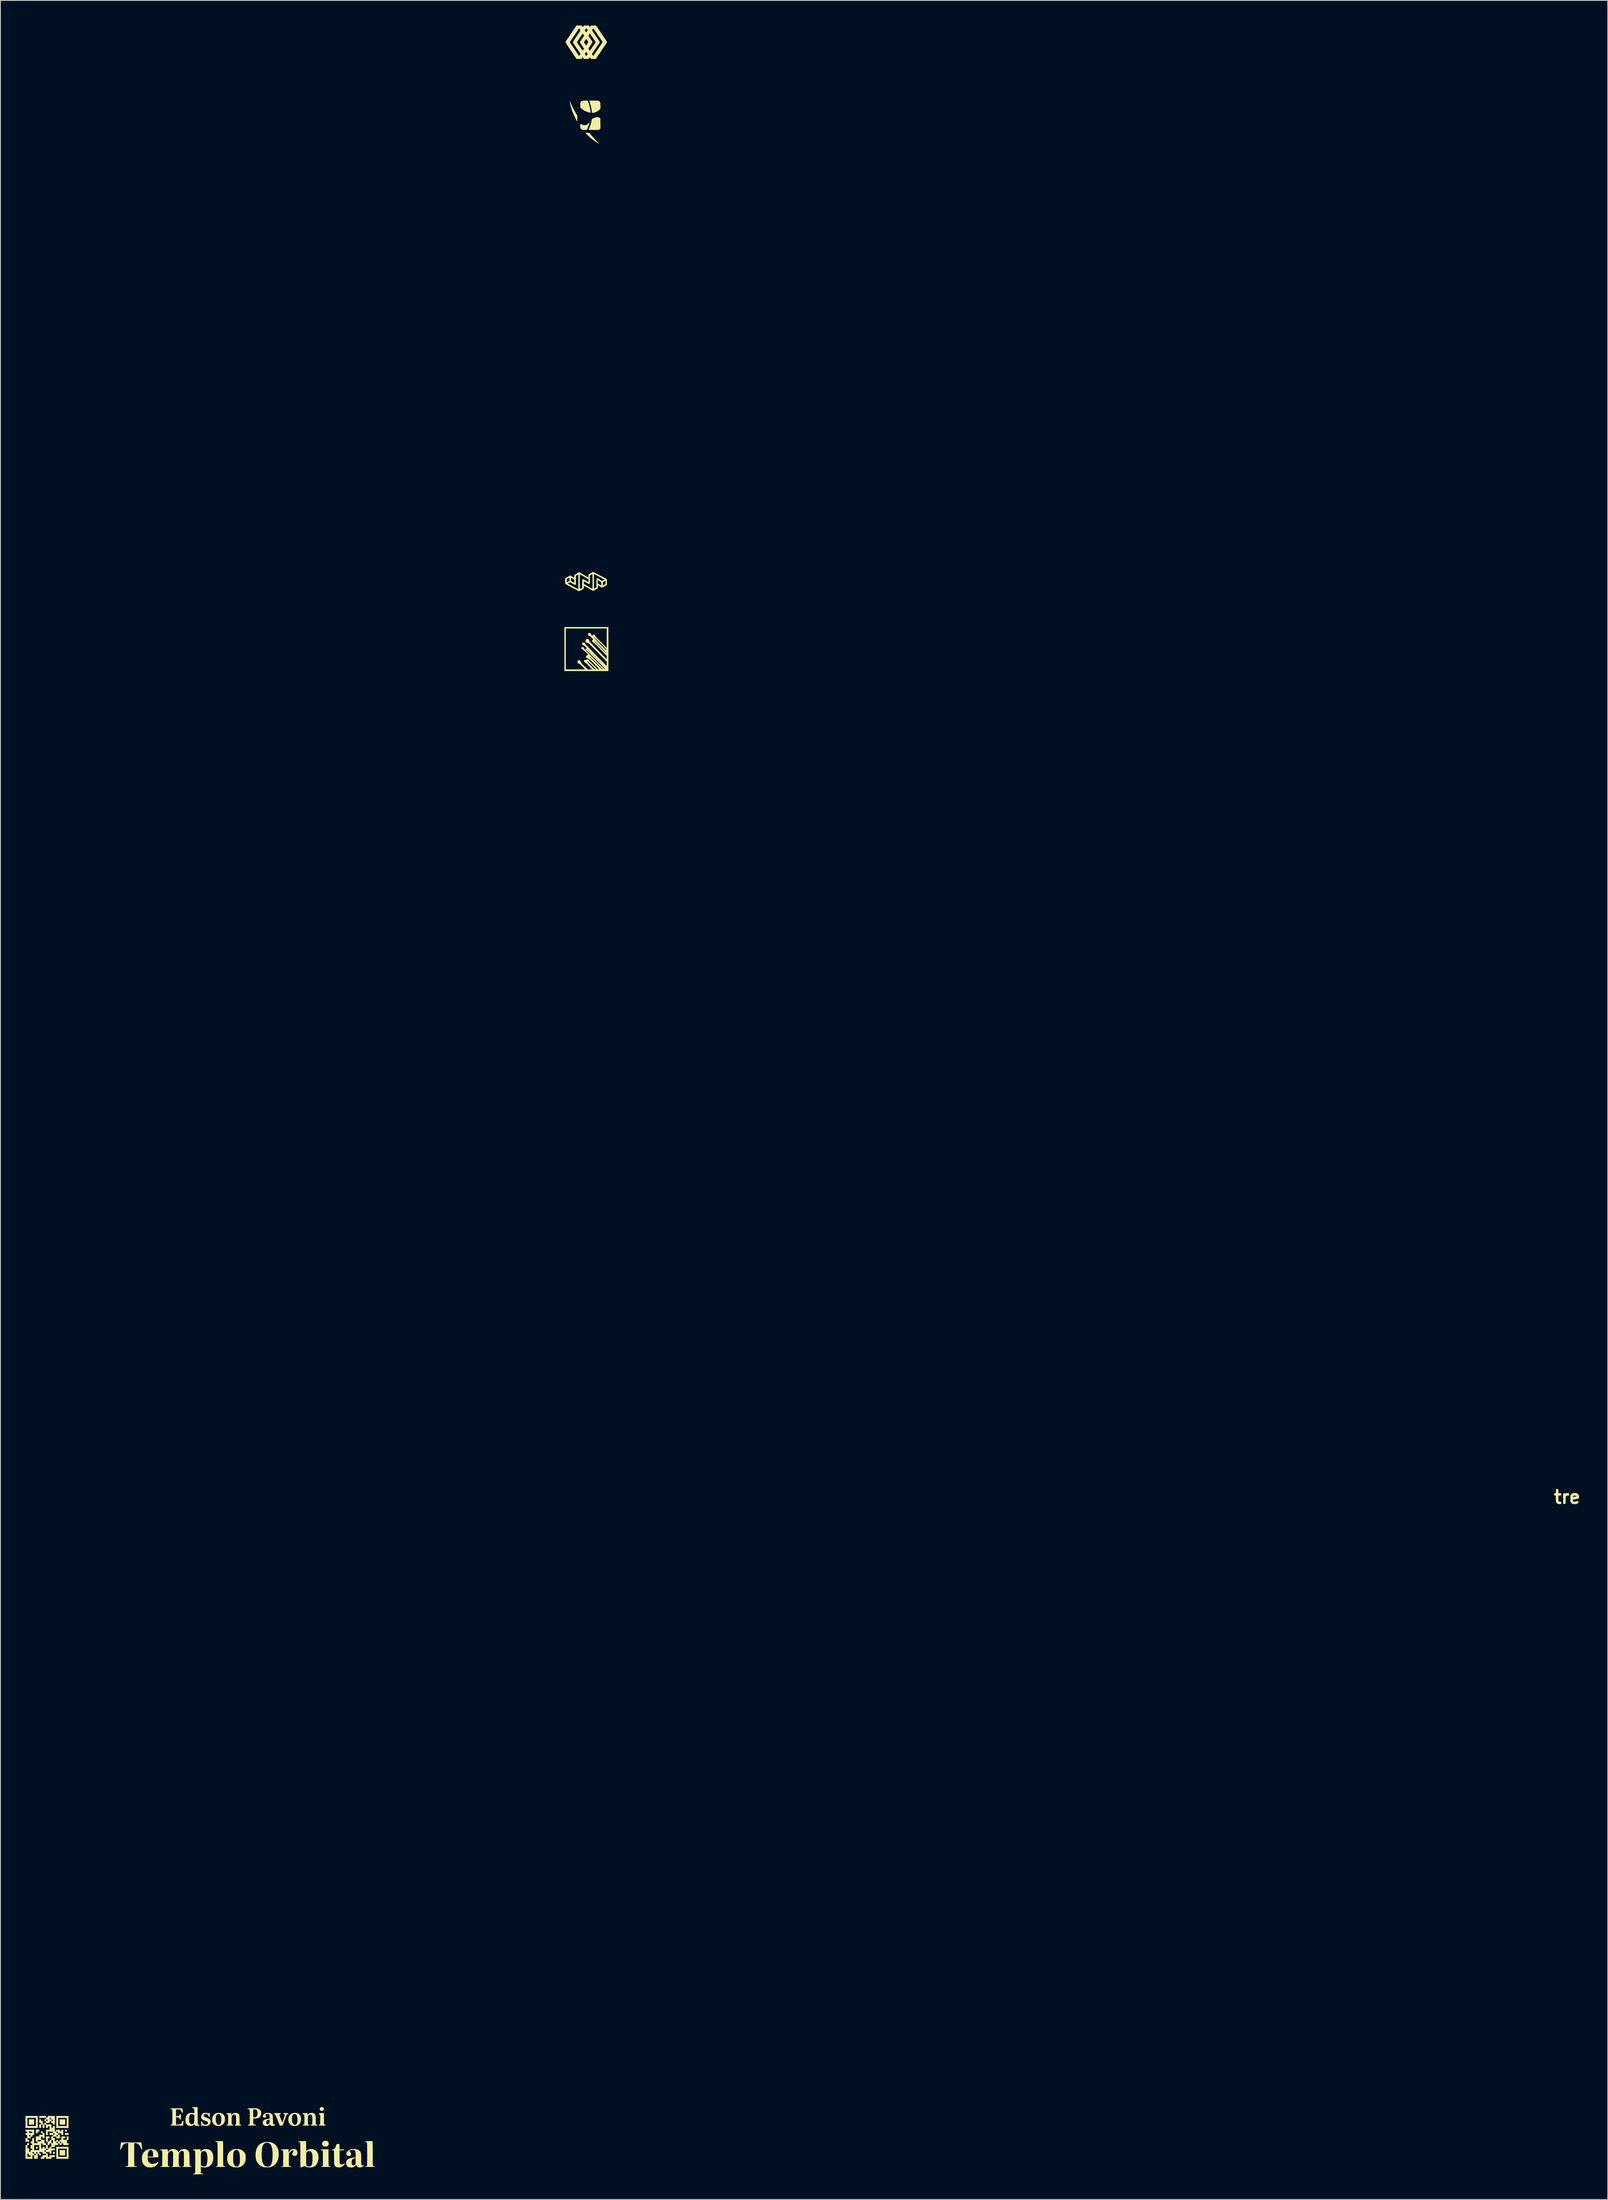
<source format=kicad_pcb>
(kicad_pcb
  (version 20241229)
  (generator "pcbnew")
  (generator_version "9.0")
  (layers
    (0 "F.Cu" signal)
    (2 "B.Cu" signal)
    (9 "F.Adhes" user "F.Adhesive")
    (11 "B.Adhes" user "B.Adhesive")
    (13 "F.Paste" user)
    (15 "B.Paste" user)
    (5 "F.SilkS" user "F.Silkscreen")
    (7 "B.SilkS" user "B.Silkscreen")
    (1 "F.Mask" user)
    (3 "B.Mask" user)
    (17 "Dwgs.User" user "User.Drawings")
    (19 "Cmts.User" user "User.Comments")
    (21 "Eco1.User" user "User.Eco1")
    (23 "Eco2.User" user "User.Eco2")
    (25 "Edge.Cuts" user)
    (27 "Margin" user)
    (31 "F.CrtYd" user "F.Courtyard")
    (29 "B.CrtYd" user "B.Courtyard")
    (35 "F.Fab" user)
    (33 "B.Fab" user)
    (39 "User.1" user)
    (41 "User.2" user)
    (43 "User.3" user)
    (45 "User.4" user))
  (footprint "tre"
    (layer "F.Cu")
    (at 184.416 175.93)
    (property "Reference" "tre" (at 0 0 0) (layer "F.SilkS") (effects (font (size 1.524 1.524) (thickness 0.3))))
    (attr board_only exclude_from_pos_files exclude_from_bom)
    (fp_poly (pts (xy -183.381 75.021) (xy -184.013 75.021) (xy -184.013 74.388) (xy -183.381 74.388)) (stroke (width 0) (type solid)) (fill yes) (layer "F.SilkS"))
    (fp_poly (pts (xy -182.949 77.897) (xy -183.179 77.897) (xy -183.179 77.667) (xy -182.949 77.667)) (stroke (width 0) (type solid)) (fill yes) (layer "F.SilkS"))
    (fp_poly (pts (xy -180.907 78.501) (xy -181.137 78.501) (xy -181.137 78.271) (xy -180.907 78.271)) (stroke (width 0) (type solid)) (fill yes) (layer "F.SilkS"))
    (fp_poly (pts (xy -179.67 75.021) (xy -180.331 75.021) (xy -180.331 74.388) (xy -179.67 74.388)) (stroke (width 0) (type solid)) (fill yes) (layer "F.SilkS"))
    (fp_poly (pts (xy -179.67 78.703) (xy -180.331 78.703) (xy -180.331 78.07) (xy -179.67 78.07)) (stroke (width 0) (type solid)) (fill yes) (layer "F.SilkS"))
    (fp_poly (pts (xy -179.468 75.855) (xy -179.699 75.855) (xy -179.699 75.625) (xy -179.468 75.625)) (stroke (width 0) (type solid)) (fill yes) (layer "F.SilkS"))
    (fp_poly (pts (xy -179.267 76.258) (xy -179.699 76.258) (xy -179.699 76.027) (xy -179.267 76.027)) (stroke (width 0) (type solid)) (fill yes) (layer "F.SilkS"))
    (fp_poly (pts (xy -182.949 75.423) (xy -184.416 75.423) (xy -184.416 75.193) (xy -184.186 75.193) (xy -183.179 75.193) (xy -183.179 74.215) (xy -184.186 74.215) (xy -184.186 75.193) (xy -184.416 75.193) (xy -184.416 73.985) (xy -182.949 73.985)) (stroke (width 0) (type solid)) (fill yes) (layer "F.SilkS"))
    (fp_poly (pts (xy -179.267 75.423) (xy -180.734 75.423) (xy -180.734 75.193) (xy -180.504 75.193) (xy -179.497 75.193) (xy -179.497 74.215) (xy -180.504 74.215) (xy -180.504 75.193) (xy -180.734 75.193) (xy -180.734 73.985) (xy -179.267 73.985)) (stroke (width 0) (type solid)) (fill yes) (layer "F.SilkS"))
    (fp_poly (pts (xy -179.267 79.105) (xy -180.734 79.105) (xy -180.734 78.875) (xy -180.504 78.875) (xy -179.497 78.875) (xy -179.497 77.897) (xy -180.504 77.897) (xy -180.504 78.875) (xy -180.734 78.875) (xy -180.734 77.667) (xy -179.267 77.667)) (stroke (width 0) (type solid)) (fill yes) (layer "F.SilkS"))
    (fp_poly (pts (xy -182.748 75.74) (xy -182.751 75.813) (xy -182.77 75.846) (xy -182.819 75.855) (xy -182.848 75.855) (xy -182.916 75.859) (xy -182.944 75.884) (xy -182.949 75.948) (xy -182.949 75.955) (xy -182.953 76.02) (xy -182.974 76.049) (xy -183.03 76.056) (xy -183.064 76.056) (xy -183.179 76.056) (xy -183.179 75.625) (xy -182.748 75.625)) (stroke (width 0) (type solid)) (fill yes) (layer "F.SilkS"))
    (fp_poly (pts (xy -148.873 72.935) (xy -148.785 72.987) (xy -148.73 73.072) (xy -148.718 73.148) (xy -148.742 73.261) (xy -148.809 73.339) (xy -148.916 73.378) (xy -148.965 73.381) (xy -149.056 73.37) (xy -149.131 73.344) (xy -149.14 73.338) (xy -149.202 73.264) (xy -149.224 73.168) (xy -149.208 73.07) (xy -149.155 72.988) (xy -149.103 72.953) (xy -148.983 72.922)) (stroke (width 0) (type solid)) (fill yes) (layer "F.SilkS"))
    (fp_poly (pts (xy -119.287 -166.873) (xy -119.248 -166.79) (xy -119.222 -166.725) (xy -119.147 -166.547) (xy -119.049 -166.335) (xy -118.935 -166.103) (xy -118.814 -165.865) (xy -118.691 -165.638) (xy -118.575 -165.434) (xy -118.571 -165.427) (xy -118.397 -165.135) (xy -118.405 -164.772) (xy -118.413 -164.41) (xy -118.607 -164.79) (xy -118.821 -165.233) (xy -118.995 -165.652) (xy -119.134 -166.06) (xy -119.244 -166.468) (xy -119.25 -166.495) (xy -119.289 -166.674) (xy -119.312 -166.802) (xy -119.319 -166.878) (xy -119.311 -166.903)) (stroke (width 0) (type solid)) (fill yes) (layer "F.SilkS"))
    (fp_poly (pts (xy -148.418 76.959) (xy -148.288 77.004) (xy -148.198 77.089) (xy -148.15 77.211) (xy -148.143 77.3) (xy -148.149 77.395) (xy -148.174 77.463) (xy -148.231 77.531) (xy -148.24 77.54) (xy -148.299 77.594) (xy -148.353 77.624) (xy -148.421 77.636) (xy -148.522 77.638) (xy -148.664 77.629) (xy -148.759 77.6) (xy -148.776 77.589) (xy -148.88 77.488) (xy -148.933 77.369) (xy -148.931 77.238) (xy -148.91 77.172) (xy -148.845 77.061) (xy -148.757 76.993) (xy -148.632 76.959) (xy -148.588 76.954)) (stroke (width 0) (type solid)) (fill yes) (layer "F.SilkS"))
    (fp_poly (pts (xy -117.076 -166.718) (xy -117.006 -166.515) (xy -116.941 -166.288) (xy -116.886 -166.059) (xy -116.845 -165.847) (xy -116.827 -165.711) (xy -116.809 -165.517) (xy -116.892 -165.518) (xy -116.961 -165.528) (xy -117.062 -165.552) (xy -117.174 -165.585) (xy -117.177 -165.586) (xy -117.473 -165.703) (xy -117.719 -165.843) (xy -117.9 -165.993) (xy -118.054 -166.146) (xy -118.054 -166.408) (xy -118.046 -166.595) (xy -118.018 -166.736) (xy -117.962 -166.835) (xy -117.874 -166.901) (xy -117.745 -166.938) (xy -117.569 -166.954) (xy -117.474 -166.955) (xy -117.167 -166.955)) (stroke (width 0) (type solid)) (fill yes) (layer "F.SilkS"))
    (fp_poly (pts (xy -116.903 -164.372) (xy -116.913 -164.34) (xy -116.941 -164.264) (xy -116.984 -164.153) (xy -117.037 -164.016) (xy -117.083 -163.9) (xy -117.263 -163.447) (xy -117.522 -163.446) (xy -117.661 -163.449) (xy -117.759 -163.46) (xy -117.829 -163.48) (xy -117.871 -163.501) (xy -117.953 -163.56) (xy -118.007 -163.624) (xy -118.038 -163.707) (xy -118.051 -163.824) (xy -118.054 -163.943) (xy -118.054 -164.196) (xy -117.932 -164.125) (xy -117.738 -164.039) (xy -117.544 -164.007) (xy -117.38 -164.024) (xy -117.29 -164.054) (xy -117.208 -164.101) (xy -117.117 -164.178) (xy -117.069 -164.225) (xy -116.993 -164.299) (xy -116.936 -164.351) (xy -116.906 -164.373)) (stroke (width 0) (type solid)) (fill yes) (layer "F.SilkS"))
    (fp_poly (pts (xy -116.67 -162.748) (xy -116.536 -162.592) (xy -116.381 -162.419) (xy -116.223 -162.249) (xy -116.08 -162.102) (xy -116.065 -162.087) (xy -115.959 -161.98) (xy -115.872 -161.89) (xy -115.809 -161.822) (xy -115.777 -161.784) (xy -115.775 -161.778) (xy -115.806 -161.792) (xy -115.875 -161.832) (xy -115.973 -161.89) (xy -116.086 -161.96) (xy -116.232 -162.053) (xy -116.387 -162.158) (xy -116.531 -162.258) (xy -116.604 -162.312) (xy -116.694 -162.382) (xy -116.802 -162.474) (xy -116.92 -162.578) (xy -117.042 -162.689) (xy -117.159 -162.798) (xy -117.263 -162.899) (xy -117.346 -162.984) (xy -117.402 -163.046) (xy -117.421 -163.076) (xy -117.395 -163.088) (xy -117.324 -163.096) (xy -117.224 -163.101) (xy -117.192 -163.101) (xy -116.964 -163.101)) (stroke (width 0) (type solid)) (fill yes) (layer "F.SilkS"))
    (fp_poly (pts (xy -116.26 -166.955) (xy -116.116 -166.953) (xy -116.011 -166.948) (xy -115.937 -166.94) (xy -115.883 -166.929) (xy -115.843 -166.912) (xy -115.819 -166.899) (xy -115.748 -166.847) (xy -115.698 -166.785) (xy -115.665 -166.703) (xy -115.647 -166.59) (xy -115.639 -166.436) (xy -115.638 -166.327) (xy -115.638 -165.984) (xy -115.809 -165.825) (xy -116.019 -165.661) (xy -116.237 -165.552) (xy -116.46 -165.498) (xy -116.488 -165.495) (xy -116.664 -165.481) (xy -116.682 -165.699) (xy -116.716 -165.956) (xy -116.773 -166.24) (xy -116.847 -166.527) (xy -116.933 -166.795) (xy -116.975 -166.905) (xy -116.979 -166.923) (xy -116.968 -166.936) (xy -116.937 -166.945) (xy -116.877 -166.95) (xy -116.781 -166.954) (xy -116.642 -166.955) (xy -116.453 -166.955)) (stroke (width 0) (type solid)) (fill yes) (layer "F.SilkS"))
    (fp_poly (pts (xy -115.926 -164.967) (xy -115.791 -164.929) (xy -115.753 -164.907) (xy -115.652 -164.839) (xy -115.636 -163.643) (xy -115.735 -163.544) (xy -115.833 -163.446) (xy -116.455 -163.446) (xy -116.637 -163.447) (xy -116.798 -163.449) (xy -116.929 -163.451) (xy -117.023 -163.455) (xy -117.071 -163.459) (xy -117.076 -163.461) (xy -117.064 -163.493) (xy -117.032 -163.561) (xy -116.988 -163.65) (xy -116.988 -163.651) (xy -116.918 -163.806) (xy -116.849 -163.987) (xy -116.788 -164.175) (xy -116.741 -164.351) (xy -116.714 -164.495) (xy -116.712 -164.506) (xy -116.698 -164.605) (xy -116.68 -164.685) (xy -116.669 -164.717) (xy -116.632 -164.753) (xy -116.558 -164.802) (xy -116.462 -164.855) (xy -116.451 -164.861) (xy -116.268 -164.932) (xy -116.089 -164.968)) (stroke (width 0) (type solid)) (fill yes) (layer "F.SilkS"))
    (fp_poly (pts (xy -148.718 74.313) (xy -148.718 74.532) (xy -148.717 74.701) (xy -148.713 74.826) (xy -148.705 74.913) (xy -148.692 74.969) (xy -148.672 75.001) (xy -148.644 75.016) (xy -148.607 75.02) (xy -148.572 75.021) (xy -148.525 75.042) (xy -148.517 75.078) (xy -148.52 75.101) (xy -148.534 75.116) (xy -148.569 75.126) (xy -148.633 75.132) (xy -148.734 75.135) (xy -148.882 75.136) (xy -148.934 75.136) (xy -149.096 75.135) (xy -149.21 75.133) (xy -149.284 75.128) (xy -149.326 75.119) (xy -149.346 75.105) (xy -149.351 75.085) (xy -149.351 75.08) (xy -149.335 75.038) (xy -149.278 75.018) (xy -149.257 75.015) (xy -149.164 75.006) (xy -149.156 74.419) (xy -149.154 74.212) (xy -149.154 74.057) (xy -149.158 73.944) (xy -149.167 73.868) (xy -149.183 73.821) (xy -149.207 73.796) (xy -149.241 73.786) (xy -149.286 73.784) (xy -149.286 73.784) (xy -149.339 73.766) (xy -149.351 73.73) (xy -149.34 73.692) (xy -149.303 73.667) (xy -149.232 73.651) (xy -149.119 73.643) (xy -148.97 73.64) (xy -148.718 73.64)) (stroke (width 0) (type solid)) (fill yes) (layer "F.SilkS"))
    (fp_poly (pts (xy -148.169 78.898) (xy -148.167 79.128) (xy -148.165 79.342) (xy -148.162 79.533) (xy -148.158 79.693) (xy -148.154 79.814) (xy -148.149 79.89) (xy -148.146 79.911) (xy -148.119 79.962) (xy -148.063 79.989) (xy -148.014 79.997) (xy -147.94 80.015) (xy -147.895 80.04) (xy -147.891 80.047) (xy -147.899 80.06) (xy -147.937 80.069) (xy -148.009 80.076) (xy -148.123 80.08) (xy -148.282 80.083) (xy -148.488 80.083) (xy -148.698 80.083) (xy -148.857 80.08) (xy -148.969 80.076) (xy -149.041 80.069) (xy -149.077 80.06) (xy -149.085 80.047) (xy -149.051 80.021) (xy -148.982 80.001) (xy -148.96 79.997) (xy -148.847 79.983) (xy -148.84 79.08) (xy -148.838 78.789) (xy -148.839 78.554) (xy -148.842 78.374) (xy -148.847 78.245) (xy -148.855 78.167) (xy -148.864 78.14) (xy -148.912 78.112) (xy -148.988 78.094) (xy -148.998 78.093) (xy -149.078 78.076) (xy -149.111 78.049) (xy -149.095 78.021) (xy -149.029 78.001) (xy -148.964 77.994) (xy -148.857 77.987) (xy -148.72 77.979) (xy -148.57 77.972) (xy -148.553 77.972) (xy -148.171 77.957)) (stroke (width 0) (type solid)) (fill yes) (layer "F.SilkS"))
    (fp_poly (pts (xy -151.906 73.647) (xy -151.771 73.712) (xy -151.651 73.811) (xy -151.552 73.931) (xy -151.489 74.06) (xy -151.458 74.215) (xy -151.451 74.362) (xy -151.473 74.596) (xy -151.538 74.794) (xy -151.645 74.953) (xy -151.79 75.072) (xy -151.972 75.149) (xy -152.162 75.179) (xy -152.277 75.182) (xy -152.382 75.177) (xy -152.445 75.168) (xy -152.635 75.093) (xy -152.784 74.977) (xy -152.892 74.823) (xy -152.956 74.633) (xy -152.975 74.433) (xy -152.964 74.307) (xy -152.54 74.307) (xy -152.537 74.431) (xy -152.527 74.588) (xy -152.51 74.703) (xy -152.484 74.792) (xy -152.462 74.84) (xy -152.378 74.958) (xy -152.277 75.027) (xy -152.164 75.043) (xy -152.075 75.018) (xy -151.999 74.964) (xy -151.945 74.879) (xy -151.909 74.754) (xy -151.89 74.583) (xy -151.887 74.53) (xy -151.889 74.275) (xy -151.917 74.071) (xy -151.971 73.917) (xy -152.051 73.814) (xy -152.156 73.762) (xy -152.22 73.755) (xy -152.338 73.776) (xy -152.428 73.839) (xy -152.491 73.947) (xy -152.528 74.103) (xy -152.54 74.307) (xy -152.964 74.307) (xy -152.954 74.197) (xy -152.89 74) (xy -152.785 73.842) (xy -152.64 73.724) (xy -152.457 73.648) (xy -152.263 73.617) (xy -152.066 73.617)) (stroke (width 0) (type solid)) (fill yes) (layer "F.SilkS"))
    (fp_poly (pts (xy -161.089 73.63) (xy -160.913 73.688) (xy -160.771 73.787) (xy -160.662 73.93) (xy -160.636 73.979) (xy -160.595 74.073) (xy -160.571 74.159) (xy -160.561 74.26) (xy -160.559 74.376) (xy -160.564 74.511) (xy -160.578 74.612) (xy -160.607 74.702) (xy -160.639 74.774) (xy -160.751 74.943) (xy -160.899 75.07) (xy -161.075 75.154) (xy -161.271 75.19) (xy -161.481 75.177) (xy -161.628 75.139) (xy -161.804 75.05) (xy -161.943 74.919) (xy -162.017 74.805) (xy -162.049 74.732) (xy -162.068 74.649) (xy -162.077 74.539) (xy -162.079 74.431) (xy -162.077 74.297) (xy -162.075 74.274) (xy -161.658 74.274) (xy -161.653 74.47) (xy -161.625 74.679) (xy -161.572 74.842) (xy -161.497 74.955) (xy -161.421 75.008) (xy -161.333 75.041) (xy -161.266 75.043) (xy -161.193 75.016) (xy -161.176 75.007) (xy -161.096 74.94) (xy -161.041 74.83) (xy -161.007 74.674) (xy -160.994 74.468) (xy -160.994 74.445) (xy -160.998 74.308) (xy -161.008 74.177) (xy -161.022 74.074) (xy -161.028 74.045) (xy -161.087 73.909) (xy -161.17 73.814) (xy -161.272 73.763) (xy -161.382 73.761) (xy -161.492 73.81) (xy -161.515 73.828) (xy -161.59 73.928) (xy -161.638 74.077) (xy -161.658 74.274) (xy -162.075 74.274) (xy -162.068 74.2) (xy -162.047 74.119) (xy -162.011 74.033) (xy -161.998 74.006) (xy -161.889 73.839) (xy -161.746 73.719) (xy -161.568 73.643) (xy -161.355 73.612) (xy -161.306 73.611)) (stroke (width 0) (type solid)) (fill yes) (layer "F.SilkS"))
    (fp_poly (pts (xy -183.381 76.258) (xy -183.481 76.258) (xy -183.549 76.262) (xy -183.576 76.287) (xy -183.582 76.351) (xy -183.582 76.358) (xy -183.586 76.426) (xy -183.611 76.453) (xy -183.675 76.459) (xy -183.683 76.459) (xy -183.75 76.463) (xy -183.778 76.488) (xy -183.783 76.552) (xy -183.783 76.56) (xy -183.783 76.66) (xy -184.186 76.66) (xy -184.186 76.747) (xy -184.18 76.805) (xy -184.152 76.828) (xy -184.085 76.833) (xy -184.021 76.836) (xy -183.992 76.858) (xy -183.985 76.914) (xy -183.985 76.948) (xy -183.985 77.063) (xy -184.416 77.063) (xy -184.416 76.631) (xy -184.215 76.631) (xy -184.215 76.344) (xy -183.985 76.344) (xy -183.977 76.405) (xy -183.944 76.427) (xy -183.898 76.43) (xy -183.837 76.423) (xy -183.815 76.389) (xy -183.812 76.344) (xy -183.819 76.283) (xy -183.853 76.26) (xy -183.898 76.258) (xy -183.959 76.265) (xy -183.982 76.298) (xy -183.985 76.344) (xy -184.215 76.344) (xy -184.215 76.258) (xy -184.315 76.258) (xy -184.38 76.254) (xy -184.409 76.233) (xy -184.416 76.176) (xy -184.416 76.142) (xy -184.413 76.069) (xy -184.394 76.036) (xy -184.345 76.028) (xy -184.315 76.027) (xy -183.985 76.027) (xy -183.611 76.027) (xy -183.611 75.855) (xy -183.985 75.855) (xy -183.985 76.027) (xy -184.315 76.027) (xy -184.248 76.023) (xy -184.22 75.998) (xy -184.215 75.941) (xy -184.22 75.883) (xy -184.249 75.859) (xy -184.315 75.855) (xy -184.38 75.851) (xy -184.409 75.83) (xy -184.416 75.774) (xy -184.416 75.74) (xy -184.416 75.625) (xy -183.381 75.625)) (stroke (width 0) (type solid)) (fill yes) (layer "F.SilkS"))
    (fp_poly (pts (xy -146.9 77.332) (xy -146.875 77.337) (xy -146.864 77.371) (xy -146.855 77.45) (xy -146.85 77.562) (xy -146.848 77.669) (xy -146.848 77.983) (xy -146.575 77.983) (xy -146.448 77.984) (xy -146.368 77.988) (xy -146.324 77.998) (xy -146.305 78.015) (xy -146.302 78.041) (xy -146.306 78.068) (xy -146.325 78.085) (xy -146.371 78.094) (xy -146.453 78.098) (xy -146.575 78.099) (xy -146.848 78.099) (xy -146.848 78.828) (xy -146.847 79.081) (xy -146.844 79.283) (xy -146.838 79.44) (xy -146.828 79.558) (xy -146.813 79.644) (xy -146.793 79.703) (xy -146.766 79.742) (xy -146.733 79.767) (xy -146.732 79.768) (xy -146.626 79.795) (xy -146.502 79.781) (xy -146.384 79.729) (xy -146.376 79.724) (xy -146.283 79.669) (xy -146.229 79.655) (xy -146.213 79.677) (xy -146.236 79.734) (xy -146.299 79.822) (xy -146.351 79.883) (xy -146.483 80.01) (xy -146.615 80.089) (xy -146.766 80.13) (xy -146.923 80.14) (xy -147.057 80.135) (xy -147.159 80.114) (xy -147.251 80.075) (xy -147.375 79.981) (xy -147.436 79.895) (xy -147.453 79.859) (xy -147.467 79.819) (xy -147.477 79.769) (xy -147.486 79.701) (xy -147.492 79.609) (xy -147.496 79.485) (xy -147.499 79.323) (xy -147.502 79.114) (xy -147.504 78.94) (xy -147.513 78.099) (xy -147.641 78.099) (xy -147.732 78.089) (xy -147.769 78.066) (xy -147.753 78.034) (xy -147.685 78) (xy -147.636 77.986) (xy -147.512 77.937) (xy -147.414 77.857) (xy -147.337 77.738) (xy -147.275 77.573) (xy -147.24 77.434) (xy -147.224 77.39) (xy -147.19 77.364) (xy -147.124 77.348) (xy -147.062 77.34) (xy -146.97 77.332)) (stroke (width 0) (type solid)) (fill yes) (layer "F.SilkS"))
    (fp_poly (pts (xy -160.809 76.991) (xy -160.795 76.994) (xy -160.79 77.025) (xy -160.786 77.108) (xy -160.782 77.237) (xy -160.778 77.408) (xy -160.775 77.614) (xy -160.773 77.85) (xy -160.772 78.111) (xy -160.771 78.391) (xy -160.771 78.468) (xy -160.771 78.804) (xy -160.77 79.086) (xy -160.769 79.32) (xy -160.767 79.51) (xy -160.763 79.66) (xy -160.757 79.776) (xy -160.749 79.862) (xy -160.738 79.922) (xy -160.724 79.961) (xy -160.707 79.983) (xy -160.686 79.994) (xy -160.66 79.997) (xy -160.638 79.997) (xy -160.564 80.005) (xy -160.529 80.015) (xy -160.487 80.036) (xy -160.489 80.053) (xy -160.535 80.065) (xy -160.629 80.075) (xy -160.773 80.08) (xy -160.971 80.083) (xy -161.09 80.083) (xy -161.299 80.083) (xy -161.457 80.08) (xy -161.569 80.076) (xy -161.64 80.069) (xy -161.677 80.059) (xy -161.684 80.047) (xy -161.65 80.021) (xy -161.583 80.003) (xy -161.574 80.002) (xy -161.502 79.986) (xy -161.457 79.961) (xy -161.455 79.959) (xy -161.449 79.921) (xy -161.444 79.833) (xy -161.44 79.702) (xy -161.437 79.534) (xy -161.435 79.336) (xy -161.433 79.115) (xy -161.432 78.879) (xy -161.432 78.634) (xy -161.433 78.387) (xy -161.435 78.145) (xy -161.437 77.915) (xy -161.44 77.704) (xy -161.444 77.519) (xy -161.448 77.367) (xy -161.453 77.255) (xy -161.459 77.189) (xy -161.462 77.176) (xy -161.515 77.131) (xy -161.606 77.103) (xy -161.678 77.083) (xy -161.717 77.058) (xy -161.72 77.049) (xy -161.701 77.034) (xy -161.642 77.022) (xy -161.536 77.011) (xy -161.381 77.002) (xy -161.269 76.997) (xy -161.114 76.992) (xy -160.978 76.989) (xy -160.873 76.989)) (stroke (width 0) (type solid)) (fill yes) (layer "F.SilkS"))
    (fp_poly (pts (xy -142.917 76.991) (xy -142.903 76.994) (xy -142.898 77.025) (xy -142.894 77.108) (xy -142.89 77.237) (xy -142.886 77.408) (xy -142.883 77.614) (xy -142.881 77.85) (xy -142.879 78.111) (xy -142.879 78.391) (xy -142.879 78.468) (xy -142.879 78.804) (xy -142.878 79.086) (xy -142.877 79.32) (xy -142.875 79.51) (xy -142.871 79.66) (xy -142.865 79.776) (xy -142.857 79.862) (xy -142.846 79.922) (xy -142.832 79.961) (xy -142.815 79.983) (xy -142.793 79.994) (xy -142.768 79.997) (xy -142.746 79.997) (xy -142.672 80.005) (xy -142.636 80.015) (xy -142.595 80.036) (xy -142.596 80.053) (xy -142.643 80.065) (xy -142.737 80.075) (xy -142.881 80.08) (xy -143.079 80.083) (xy -143.197 80.083) (xy -143.407 80.083) (xy -143.565 80.08) (xy -143.677 80.076) (xy -143.748 80.069) (xy -143.785 80.059) (xy -143.792 80.047) (xy -143.758 80.021) (xy -143.691 80.003) (xy -143.682 80.002) (xy -143.609 79.986) (xy -143.564 79.961) (xy -143.562 79.959) (xy -143.557 79.921) (xy -143.552 79.833) (xy -143.548 79.702) (xy -143.545 79.534) (xy -143.542 79.336) (xy -143.541 79.115) (xy -143.54 78.879) (xy -143.54 78.634) (xy -143.541 78.387) (xy -143.543 78.145) (xy -143.545 77.915) (xy -143.548 77.704) (xy -143.552 77.519) (xy -143.556 77.367) (xy -143.561 77.255) (xy -143.567 77.189) (xy -143.57 77.176) (xy -143.623 77.131) (xy -143.714 77.103) (xy -143.785 77.083) (xy -143.825 77.058) (xy -143.828 77.049) (xy -143.809 77.034) (xy -143.749 77.022) (xy -143.644 77.011) (xy -143.489 77.002) (xy -143.377 76.997) (xy -143.221 76.992) (xy -143.086 76.989) (xy -142.981 76.989)) (stroke (width 0) (type solid)) (fill yes) (layer "F.SilkS"))
    (fp_poly (pts (xy -169.247 77.943) (xy -169.149 77.949) (xy -169.073 77.963) (xy -169.001 77.99) (xy -168.924 78.027) (xy -168.789 78.111) (xy -168.689 78.212) (xy -168.662 78.25) (xy -168.584 78.401) (xy -168.534 78.571) (xy -168.517 78.737) (xy -168.523 78.819) (xy -168.543 78.933) (xy -169.803 78.933) (xy -169.803 79.057) (xy -169.785 79.229) (xy -169.735 79.389) (xy -169.658 79.518) (xy -169.624 79.556) (xy -169.525 79.639) (xy -169.433 79.688) (xy -169.324 79.71) (xy -169.195 79.714) (xy -168.973 79.688) (xy -168.769 79.609) (xy -168.649 79.534) (xy -168.574 79.495) (xy -168.531 79.501) (xy -168.524 79.55) (xy -168.553 79.625) (xy -168.642 79.755) (xy -168.766 79.884) (xy -168.909 79.995) (xy -169.049 80.073) (xy -169.064 80.079) (xy -169.234 80.122) (xy -169.433 80.141) (xy -169.637 80.135) (xy -169.823 80.104) (xy -169.884 80.086) (xy -170.077 79.993) (xy -170.235 79.856) (xy -170.341 79.711) (xy -170.422 79.545) (xy -170.471 79.363) (xy -170.492 79.149) (xy -170.493 79.068) (xy -170.474 78.846) (xy -169.803 78.846) (xy -169.175 78.846) (xy -169.155 78.757) (xy -169.144 78.644) (xy -169.149 78.508) (xy -169.168 78.366) (xy -169.198 78.241) (xy -169.237 78.152) (xy -169.238 78.15) (xy -169.32 78.071) (xy -169.418 78.041) (xy -169.521 78.056) (xy -169.616 78.116) (xy -169.688 78.214) (xy -169.729 78.319) (xy -169.765 78.458) (xy -169.791 78.606) (xy -169.803 78.738) (xy -169.803 78.751) (xy -169.803 78.846) (xy -170.474 78.846) (xy -170.47 78.798) (xy -170.402 78.562) (xy -170.286 78.357) (xy -170.131 78.189) (xy -169.982 78.077) (xy -169.822 78.002) (xy -169.638 77.959) (xy -169.416 77.942) (xy -169.384 77.942)) (stroke (width 0) (type solid)) (fill yes) (layer "F.SilkS"))
    (fp_poly (pts (xy -153.13 73.641) (xy -153.047 73.644) (xy -153 73.653) (xy -152.98 73.67) (xy -152.975 73.695) (xy -152.975 73.698) (xy -152.995 73.747) (xy -153.061 73.774) (xy -153.062 73.774) (xy -153.131 73.796) (xy -153.17 73.823) (xy -153.186 73.858) (xy -153.218 73.939) (xy -153.264 74.058) (xy -153.32 74.207) (xy -153.384 74.379) (xy -153.425 74.488) (xy -153.659 75.121) (xy -153.999 75.138) (xy -154.257 74.485) (xy -154.33 74.303) (xy -154.399 74.138) (xy -154.46 73.999) (xy -154.509 73.893) (xy -154.544 73.828) (xy -154.557 73.81) (xy -154.625 73.781) (xy -154.649 73.773) (xy -154.684 73.739) (xy -154.681 73.699) (xy -154.672 73.676) (xy -154.653 73.659) (xy -154.614 73.649) (xy -154.546 73.643) (xy -154.441 73.64) (xy -154.288 73.64) (xy -154.264 73.64) (xy -154.106 73.64) (xy -153.996 73.642) (xy -153.926 73.646) (xy -153.888 73.655) (xy -153.872 73.67) (xy -153.871 73.692) (xy -153.872 73.704) (xy -153.901 73.759) (xy -153.968 73.785) (xy -154.031 73.81) (xy -154.046 73.843) (xy -154.029 73.906) (xy -153.998 74.003) (xy -153.955 74.122) (xy -153.906 74.255) (xy -153.854 74.389) (xy -153.803 74.517) (xy -153.757 74.626) (xy -153.72 74.708) (xy -153.696 74.751) (xy -153.69 74.755) (xy -153.665 74.702) (xy -153.63 74.61) (xy -153.587 74.491) (xy -153.541 74.355) (xy -153.495 74.214) (xy -153.453 74.08) (xy -153.419 73.964) (xy -153.396 73.877) (xy -153.388 73.83) (xy -153.389 73.827) (xy -153.428 73.789) (xy -153.456 73.783) (xy -153.531 73.767) (xy -153.566 73.725) (xy -153.563 73.688) (xy -153.546 73.665) (xy -153.508 73.651) (xy -153.439 73.643) (xy -153.329 73.64) (xy -153.26 73.64)) (stroke (width 0) (type solid)) (fill yes) (layer "F.SilkS"))
    (fp_poly (pts (xy -152.26 77.936) (xy -152.129 77.97) (xy -152.017 78.037) (xy -151.931 78.136) (xy -151.881 78.266) (xy -151.872 78.346) (xy -151.887 78.511) (xy -151.94 78.635) (xy -152.032 78.718) (xy -152.16 78.757) (xy -152.213 78.76) (xy -152.353 78.741) (xy -152.449 78.686) (xy -152.5 78.599) (xy -152.505 78.484) (xy -152.461 78.346) (xy -152.416 78.262) (xy -152.318 78.099) (xy -152.409 78.099) (xy -152.536 78.126) (xy -152.663 78.2) (xy -152.774 78.31) (xy -152.816 78.37) (xy -152.903 78.511) (xy -152.913 79.194) (xy -152.915 79.457) (xy -152.913 79.663) (xy -152.908 79.813) (xy -152.899 79.905) (xy -152.891 79.936) (xy -152.856 79.974) (xy -152.791 79.995) (xy -152.711 80.003) (xy -152.62 80.015) (xy -152.562 80.035) (xy -152.551 80.047) (xy -152.559 80.059) (xy -152.596 80.069) (xy -152.668 80.075) (xy -152.779 80.08) (xy -152.936 80.082) (xy -153.144 80.083) (xy -153.191 80.083) (xy -153.41 80.083) (xy -153.576 80.08) (xy -153.696 80.076) (xy -153.775 80.07) (xy -153.818 80.061) (xy -153.832 80.05) (xy -153.831 80.047) (xy -153.798 80.021) (xy -153.729 80.001) (xy -153.707 79.997) (xy -153.594 79.983) (xy -153.586 79.08) (xy -153.585 78.789) (xy -153.585 78.554) (xy -153.588 78.374) (xy -153.594 78.245) (xy -153.602 78.167) (xy -153.61 78.14) (xy -153.658 78.112) (xy -153.734 78.094) (xy -153.745 78.093) (xy -153.824 78.076) (xy -153.858 78.049) (xy -153.841 78.021) (xy -153.775 78.001) (xy -153.71 77.994) (xy -153.602 77.986) (xy -153.466 77.978) (xy -153.318 77.971) (xy -153.313 77.971) (xy -152.947 77.956) (xy -152.946 78.401) (xy -152.886 78.278) (xy -152.793 78.139) (xy -152.675 78.036) (xy -152.541 77.968) (xy -152.4 77.935)) (stroke (width 0) (type solid)) (fill yes) (layer "F.SilkS"))
    (fp_poly (pts (xy -164.13 72.926) (xy -164.112 72.927) (xy -163.834 72.935) (xy -163.806 75.006) (xy -163.712 75.015) (xy -163.646 75.029) (xy -163.621 75.063) (xy -163.619 75.095) (xy -163.619 75.167) (xy -163.899 75.158) (xy -164.18 75.15) (xy -164.194 75.053) (xy -164.208 74.956) (xy -164.266 75.021) (xy -164.385 75.115) (xy -164.535 75.171) (xy -164.702 75.187) (xy -164.87 75.159) (xy -164.894 75.151) (xy -165.045 75.071) (xy -165.159 74.951) (xy -165.235 74.788) (xy -165.276 74.582) (xy -165.281 74.515) (xy -165.274 74.308) (xy -164.853 74.308) (xy -164.851 74.454) (xy -164.833 74.645) (xy -164.796 74.788) (xy -164.738 74.888) (xy -164.657 74.953) (xy -164.653 74.955) (xy -164.582 74.984) (xy -164.518 74.987) (xy -164.437 74.962) (xy -164.408 74.95) (xy -164.343 74.915) (xy -164.295 74.866) (xy -164.262 74.796) (xy -164.24 74.695) (xy -164.228 74.557) (xy -164.223 74.372) (xy -164.223 74.286) (xy -164.223 73.867) (xy -164.355 73.808) (xy -164.5 73.765) (xy -164.621 73.773) (xy -164.718 73.833) (xy -164.789 73.942) (xy -164.834 74.1) (xy -164.853 74.308) (xy -165.274 74.308) (xy -165.273 74.275) (xy -165.224 74.065) (xy -165.136 73.889) (xy -165.011 73.752) (xy -164.852 73.657) (xy -164.839 73.652) (xy -164.733 73.627) (xy -164.597 73.617) (xy -164.454 73.62) (xy -164.33 73.637) (xy -164.273 73.654) (xy -164.25 73.659) (xy -164.235 73.643) (xy -164.227 73.598) (xy -164.223 73.513) (xy -164.223 73.404) (xy -164.225 73.259) (xy -164.237 73.162) (xy -164.261 73.103) (xy -164.303 73.074) (xy -164.367 73.065) (xy -164.387 73.065) (xy -164.459 73.055) (xy -164.478 73.026) (xy -164.445 72.974) (xy -164.435 72.965) (xy -164.402 72.943) (xy -164.348 72.93) (xy -164.261 72.925)) (stroke (width 0) (type solid)) (fill yes) (layer "F.SilkS"))
    (fp_poly (pts (xy -162.399 73.639) (xy -162.371 73.722) (xy -162.356 73.86) (xy -162.353 73.963) (xy -162.356 74.047) (xy -162.37 74.087) (xy -162.401 74.1) (xy -162.412 74.1) (xy -162.471 74.072) (xy -162.51 74.007) (xy -162.558 73.924) (xy -162.625 73.841) (xy -162.638 73.829) (xy -162.73 73.769) (xy -162.834 73.743) (xy -162.937 73.75) (xy -163.024 73.785) (xy -163.083 73.848) (xy -163.101 73.919) (xy -163.089 74.002) (xy -163.048 74.063) (xy -162.967 74.114) (xy -162.849 74.159) (xy -162.659 74.229) (xy -162.506 74.3) (xy -162.396 74.368) (xy -162.341 74.424) (xy -162.287 74.558) (xy -162.277 74.708) (xy -162.31 74.858) (xy -162.384 74.991) (xy -162.427 75.039) (xy -162.552 75.121) (xy -162.708 75.171) (xy -162.878 75.187) (xy -163.044 75.167) (xy -163.165 75.123) (xy -163.221 75.099) (xy -163.247 75.108) (xy -163.26 75.138) (xy -163.297 75.183) (xy -163.329 75.193) (xy -163.362 75.181) (xy -163.383 75.135) (xy -163.398 75.045) (xy -163.399 75.042) (xy -163.415 74.865) (xy -163.415 74.74) (xy -163.399 74.664) (xy -163.371 74.635) (xy -163.316 74.628) (xy -163.28 74.665) (xy -163.26 74.725) (xy -163.207 74.848) (xy -163.121 74.944) (xy -163.014 75.01) (xy -162.898 75.041) (xy -162.784 75.035) (xy -162.684 74.986) (xy -162.642 74.944) (xy -162.587 74.846) (xy -162.587 74.759) (xy -162.643 74.682) (xy -162.754 74.614) (xy -162.905 74.56) (xy -163.104 74.489) (xy -163.249 74.407) (xy -163.345 74.312) (xy -163.379 74.25) (xy -163.411 74.105) (xy -163.393 73.957) (xy -163.331 73.821) (xy -163.23 73.709) (xy -163.148 73.658) (xy -163.033 73.625) (xy -162.89 73.613) (xy -162.745 73.622) (xy -162.624 73.653) (xy -162.556 73.678) (xy -162.523 73.678) (xy -162.507 73.653) (xy -162.468 73.617) (xy -162.44 73.611)) (stroke (width 0) (type solid)) (fill yes) (layer "F.SilkS"))
    (fp_poly (pts (xy -155.183 77.113) (xy -154.929 77.176) (xy -154.708 77.283) (xy -154.517 77.435) (xy -154.478 77.475) (xy -154.335 77.661) (xy -154.231 77.868) (xy -154.164 78.105) (xy -154.131 78.378) (xy -154.126 78.546) (xy -154.147 78.884) (xy -154.212 79.187) (xy -154.318 79.452) (xy -154.465 79.679) (xy -154.654 79.866) (xy -154.882 80.013) (xy -154.924 80.033) (xy -155.012 80.073) (xy -155.088 80.099) (xy -155.166 80.116) (xy -155.264 80.125) (xy -155.396 80.13) (xy -155.464 80.131) (xy -155.61 80.132) (xy -155.746 80.128) (xy -155.855 80.121) (xy -155.916 80.111) (xy -156.082 80.052) (xy -156.258 79.961) (xy -156.418 79.852) (xy -156.511 79.77) (xy -156.662 79.586) (xy -156.773 79.385) (xy -156.848 79.157) (xy -156.888 78.894) (xy -156.897 78.651) (xy -156.162 78.651) (xy -156.16 78.731) (xy -156.149 78.974) (xy -156.131 79.172) (xy -156.105 79.337) (xy -156.068 79.481) (xy -156.017 79.617) (xy -155.978 79.702) (xy -155.875 79.859) (xy -155.743 79.971) (xy -155.588 80.035) (xy -155.419 80.047) (xy -155.307 80.026) (xy -155.189 79.973) (xy -155.092 79.885) (xy -155.014 79.758) (xy -154.952 79.588) (xy -154.906 79.37) (xy -154.872 79.101) (xy -154.868 79.052) (xy -154.852 78.745) (xy -154.855 78.447) (xy -154.875 78.165) (xy -154.913 77.909) (xy -154.966 77.687) (xy -155.033 77.507) (xy -155.087 77.412) (xy -155.205 77.289) (xy -155.351 77.211) (xy -155.514 77.182) (xy -155.684 77.206) (xy -155.722 77.219) (xy -155.85 77.292) (xy -155.956 77.405) (xy -156.039 77.56) (xy -156.1 77.76) (xy -156.141 78.007) (xy -156.161 78.303) (xy -156.162 78.651) (xy -156.897 78.651) (xy -156.897 78.645) (xy -156.876 78.315) (xy -156.813 78.021) (xy -156.711 77.765) (xy -156.569 77.548) (xy -156.389 77.372) (xy -156.225 77.266) (xy -156.046 77.182) (xy -155.872 77.129) (xy -155.683 77.1) (xy -155.473 77.092)) (stroke (width 0) (type solid)) (fill yes) (layer "F.SilkS"))
    (fp_poly (pts (xy -157.401 73.067) (xy -157.24 73.069) (xy -156.643 73.079) (xy -156.487 73.165) (xy -156.354 73.259) (xy -156.269 73.371) (xy -156.225 73.513) (xy -156.216 73.652) (xy -156.24 73.846) (xy -156.312 74.008) (xy -156.429 74.137) (xy -156.587 74.23) (xy -156.786 74.285) (xy -156.993 74.301) (xy -157.175 74.301) (xy -157.175 74.605) (xy -157.173 74.768) (xy -157.164 74.882) (xy -157.144 74.956) (xy -157.11 74.998) (xy -157.057 75.017) (xy -156.987 75.021) (xy -156.907 75.024) (xy -156.869 75.04) (xy -156.859 75.075) (xy -156.859 75.078) (xy -156.861 75.099) (xy -156.874 75.114) (xy -156.906 75.124) (xy -156.964 75.131) (xy -157.056 75.134) (xy -157.191 75.135) (xy -157.35 75.136) (xy -157.529 75.135) (xy -157.658 75.133) (xy -157.745 75.13) (xy -157.798 75.123) (xy -157.825 75.112) (xy -157.832 75.096) (xy -157.831 75.085) (xy -157.795 75.042) (xy -157.723 75.021) (xy -157.651 75.001) (xy -157.614 74.956) (xy -157.6 74.911) (xy -157.594 74.857) (xy -157.589 74.755) (xy -157.585 74.612) (xy -157.583 74.438) (xy -157.582 74.24) (xy -157.583 74.158) (xy -157.175 74.158) (xy -157.05 74.158) (xy -156.902 74.131) (xy -156.827 74.092) (xy -156.741 74.009) (xy -156.687 73.894) (xy -156.662 73.739) (xy -156.659 73.661) (xy -156.673 73.483) (xy -156.719 73.352) (xy -156.8 73.264) (xy -156.918 73.218) (xy -157.023 73.208) (xy -157.175 73.208) (xy -157.175 74.158) (xy -157.583 74.158) (xy -157.584 74.027) (xy -157.584 74.025) (xy -157.586 73.783) (xy -157.59 73.592) (xy -157.594 73.447) (xy -157.602 73.34) (xy -157.614 73.267) (xy -157.632 73.22) (xy -157.656 73.194) (xy -157.689 73.183) (xy -157.73 73.18) (xy -157.758 73.18) (xy -157.817 73.169) (xy -157.836 73.129) (xy -157.837 73.12) (xy -157.835 73.1) (xy -157.825 73.085) (xy -157.8 73.074) (xy -157.753 73.068) (xy -157.675 73.065) (xy -157.561 73.065)) (stroke (width 0) (type solid)) (fill yes) (layer "F.SilkS"))
    (fp_poly (pts (xy -170.539 77.243) (xy -170.525 77.341) (xy -170.509 77.467) (xy -170.493 77.605) (xy -170.48 77.738) (xy -170.47 77.85) (xy -170.465 77.925) (xy -170.465 77.933) (xy -170.474 77.998) (xy -170.499 78.01) (xy -170.537 77.973) (xy -170.586 77.889) (xy -170.636 77.777) (xy -170.735 77.571) (xy -170.844 77.419) (xy -170.969 77.315) (xy -171.115 77.255) (xy -171.287 77.236) (xy -171.292 77.236) (xy -171.414 77.236) (xy -171.414 78.582) (xy -171.414 78.918) (xy -171.412 79.2) (xy -171.41 79.431) (xy -171.407 79.616) (xy -171.403 79.757) (xy -171.397 79.859) (xy -171.391 79.925) (xy -171.382 79.958) (xy -171.38 79.963) (xy -171.329 79.985) (xy -171.251 79.997) (xy -171.238 79.997) (xy -171.154 80.002) (xy -171.091 80.013) (xy -171.086 80.015) (xy -171.046 80.034) (xy -171.044 80.05) (xy -171.083 80.063) (xy -171.165 80.072) (xy -171.294 80.078) (xy -171.474 80.082) (xy -171.707 80.083) (xy -171.774 80.083) (xy -171.977 80.082) (xy -172.158 80.08) (xy -172.308 80.075) (xy -172.421 80.07) (xy -172.489 80.063) (xy -172.507 80.058) (xy -172.48 80.024) (xy -172.404 80.003) (xy -172.309 79.997) (xy -172.229 79.988) (xy -172.173 79.967) (xy -172.168 79.963) (xy -172.159 79.939) (xy -172.152 79.884) (xy -172.146 79.793) (xy -172.141 79.665) (xy -172.138 79.494) (xy -172.135 79.278) (xy -172.134 79.012) (xy -172.133 78.694) (xy -172.133 78.578) (xy -172.133 77.228) (xy -172.317 77.242) (xy -172.435 77.26) (xy -172.541 77.288) (xy -172.592 77.311) (xy -172.681 77.387) (xy -172.775 77.507) (xy -172.864 77.66) (xy -172.941 77.832) (xy -172.941 77.832) (xy -172.989 77.941) (xy -173.03 77.999) (xy -173.061 78.012) (xy -173.098 77.997) (xy -173.098 77.948) (xy -173.089 77.891) (xy -173.076 77.794) (xy -173.061 77.673) (xy -173.054 77.61) (xy -173.039 77.478) (xy -173.024 77.358) (xy -173.012 77.269) (xy -173.008 77.243) (xy -172.994 77.149) (xy -170.554 77.149)) (stroke (width 0) (type solid)) (fill yes) (layer "F.SilkS"))
    (fp_poly (pts (xy -158.881 77.956) (xy -158.712 77.991) (xy -158.667 78.007) (xy -158.47 78.114) (xy -158.302 78.261) (xy -158.176 78.439) (xy -158.162 78.466) (xy -158.129 78.538) (xy -158.106 78.601) (xy -158.092 78.67) (xy -158.084 78.758) (xy -158.082 78.88) (xy -158.081 79.005) (xy -158.082 79.161) (xy -158.086 79.274) (xy -158.095 79.357) (xy -158.11 79.423) (xy -158.135 79.487) (xy -158.16 79.538) (xy -158.279 79.738) (xy -158.42 79.892) (xy -158.595 80.011) (xy -158.636 80.032) (xy -158.724 80.073) (xy -158.798 80.101) (xy -158.876 80.118) (xy -158.972 80.128) (xy -159.104 80.133) (xy -159.159 80.134) (xy -159.324 80.136) (xy -159.448 80.13) (xy -159.544 80.116) (xy -159.629 80.093) (xy -159.637 80.09) (xy -159.843 79.989) (xy -160.02 79.849) (xy -160.156 79.677) (xy -160.213 79.567) (xy -160.265 79.387) (xy -160.29 79.177) (xy -160.287 78.99) (xy -159.576 78.99) (xy -159.575 79.184) (xy -159.572 79.331) (xy -159.566 79.441) (xy -159.557 79.526) (xy -159.543 79.596) (xy -159.523 79.661) (xy -159.512 79.692) (xy -159.453 79.829) (xy -159.39 79.923) (xy -159.314 79.987) (xy -159.261 80.015) (xy -159.138 80.043) (xy -159.02 80.014) (xy -158.924 79.941) (xy -158.874 79.875) (xy -158.835 79.797) (xy -158.807 79.697) (xy -158.787 79.566) (xy -158.773 79.393) (xy -158.766 79.262) (xy -158.762 78.992) (xy -158.775 78.742) (xy -158.803 78.523) (xy -158.845 78.345) (xy -158.863 78.294) (xy -158.937 78.169) (xy -159.036 78.084) (xy -159.15 78.043) (xy -159.268 78.05) (xy -159.38 78.109) (xy -159.386 78.114) (xy -159.448 78.174) (xy -159.495 78.244) (xy -159.53 78.332) (xy -159.553 78.445) (xy -159.568 78.592) (xy -159.575 78.781) (xy -159.576 78.99) (xy -160.287 78.99) (xy -160.286 78.955) (xy -160.255 78.74) (xy -160.198 78.552) (xy -160.18 78.51) (xy -160.082 78.361) (xy -159.946 78.217) (xy -159.788 78.094) (xy -159.627 78.009) (xy -159.47 77.966) (xy -159.279 77.943) (xy -159.076 77.94)) (stroke (width 0) (type solid)) (fill yes) (layer "F.SilkS"))
    (fp_poly (pts (xy -155.364 73.617) (xy -155.186 73.639) (xy -155.051 73.684) (xy -154.947 73.758) (xy -154.891 73.822) (xy -154.869 73.856) (xy -154.853 73.897) (xy -154.84 73.955) (xy -154.832 74.037) (xy -154.825 74.155) (xy -154.819 74.316) (xy -154.816 74.411) (xy -154.81 74.579) (xy -154.802 74.727) (xy -154.794 74.847) (xy -154.785 74.928) (xy -154.777 74.958) (xy -154.73 74.984) (xy -154.655 74.979) (xy -154.589 74.971) (xy -154.562 74.986) (xy -154.557 75.016) (xy -154.584 75.078) (xy -154.657 75.133) (xy -154.764 75.172) (xy -154.809 75.181) (xy -154.918 75.182) (xy -155.023 75.155) (xy -155.105 75.108) (xy -155.146 75.052) (xy -155.172 75.002) (xy -155.208 75.001) (xy -155.263 75.051) (xy -155.265 75.053) (xy -155.375 75.136) (xy -155.513 75.182) (xy -155.662 75.188) (xy -155.804 75.151) (xy -155.821 75.143) (xy -155.938 75.061) (xy -156.006 74.955) (xy -156.029 74.826) (xy -155.616 74.826) (xy -155.598 74.891) (xy -155.566 74.933) (xy -155.499 74.982) (xy -155.427 74.986) (xy -155.353 74.96) (xy -155.284 74.907) (xy -155.241 74.82) (xy -155.221 74.69) (xy -155.219 74.613) (xy -155.219 74.438) (xy -155.339 74.454) (xy -155.472 74.487) (xy -155.558 74.549) (xy -155.605 74.646) (xy -155.616 74.727) (xy -155.616 74.826) (xy -156.029 74.826) (xy -156.031 74.815) (xy -156.031 74.79) (xy -156.007 74.64) (xy -155.934 74.52) (xy -155.811 74.429) (xy -155.64 74.368) (xy -155.434 74.338) (xy -155.213 74.322) (xy -155.223 74.082) (xy -155.234 73.936) (xy -155.257 73.838) (xy -155.299 73.779) (xy -155.366 73.75) (xy -155.468 73.742) (xy -155.491 73.742) (xy -155.587 73.749) (xy -155.663 73.767) (xy -155.689 73.78) (xy -155.715 73.81) (xy -155.711 73.848) (xy -155.678 73.908) (xy -155.64 73.981) (xy -155.622 74.04) (xy -155.622 74.045) (xy -155.647 74.111) (xy -155.71 74.158) (xy -155.795 74.183) (xy -155.884 74.182) (xy -155.96 74.15) (xy -155.977 74.134) (xy -156.021 74.047) (xy -156.016 73.949) (xy -155.967 73.85) (xy -155.877 73.757) (xy -155.752 73.679) (xy -155.747 73.678) (xy -155.654 73.639) (xy -155.572 73.618) (xy -155.479 73.613)) (stroke (width 0) (type solid)) (fill yes) (layer "F.SilkS"))
    (fp_poly (pts (xy -159.166 73.626) (xy -159.026 73.677) (xy -158.912 73.764) (xy -158.889 73.793) (xy -158.868 73.825) (xy -158.852 73.865) (xy -158.84 73.92) (xy -158.832 73.998) (xy -158.825 74.11) (xy -158.82 74.263) (xy -158.815 74.44) (xy -158.8 75.006) (xy -158.707 75.015) (xy -158.639 75.031) (xy -158.614 75.068) (xy -158.613 75.08) (xy -158.617 75.102) (xy -158.633 75.118) (xy -158.672 75.128) (xy -158.741 75.133) (xy -158.85 75.135) (xy -159.002 75.136) (xy -159.158 75.135) (xy -159.265 75.133) (xy -159.334 75.127) (xy -159.371 75.117) (xy -159.387 75.102) (xy -159.39 75.08) (xy -159.37 75.034) (xy -159.311 75.015) (xy -159.232 75.006) (xy -159.224 74.514) (xy -159.223 74.337) (xy -159.225 74.18) (xy -159.231 74.055) (xy -159.239 73.971) (xy -159.245 73.945) (xy -159.301 73.867) (xy -159.385 73.827) (xy -159.483 73.824) (xy -159.583 73.857) (xy -159.669 73.925) (xy -159.711 73.985) (xy -159.732 74.034) (xy -159.747 74.093) (xy -159.757 74.174) (xy -159.762 74.286) (xy -159.764 74.442) (xy -159.764 74.507) (xy -159.763 74.66) (xy -159.76 74.795) (xy -159.755 74.9) (xy -159.749 74.964) (xy -159.747 74.975) (xy -159.705 75.01) (xy -159.646 75.021) (xy -159.584 75.03) (xy -159.563 75.066) (xy -159.563 75.078) (xy -159.566 75.101) (xy -159.58 75.117) (xy -159.616 75.127) (xy -159.681 75.133) (xy -159.785 75.135) (xy -159.935 75.136) (xy -159.965 75.136) (xy -160.125 75.135) (xy -160.236 75.133) (xy -160.306 75.128) (xy -160.346 75.118) (xy -160.364 75.104) (xy -160.368 75.082) (xy -160.368 75.08) (xy -160.352 75.038) (xy -160.295 75.018) (xy -160.275 75.015) (xy -160.181 75.006) (xy -160.173 74.435) (xy -160.171 74.225) (xy -160.172 74.066) (xy -160.177 73.95) (xy -160.188 73.871) (xy -160.207 73.822) (xy -160.235 73.796) (xy -160.273 73.785) (xy -160.314 73.784) (xy -160.379 73.776) (xy -160.393 73.747) (xy -160.369 73.697) (xy -160.338 73.675) (xy -160.273 73.659) (xy -160.165 73.649) (xy -160.067 73.644) (xy -159.793 73.634) (xy -159.792 73.759) (xy -159.792 73.884) (xy -159.721 73.794) (xy -159.611 73.697) (xy -159.472 73.636) (xy -159.32 73.612)) (stroke (width 0) (type solid)) (fill yes) (layer "F.SilkS"))
    (fp_poly (pts (xy -150.067 73.621) (xy -149.93 73.668) (xy -149.817 73.751) (xy -149.768 73.816) (xy -149.747 73.856) (xy -149.732 73.905) (xy -149.72 73.972) (xy -149.711 74.064) (xy -149.705 74.192) (xy -149.699 74.364) (xy -149.696 74.46) (xy -149.682 75.006) (xy -149.588 75.015) (xy -149.52 75.031) (xy -149.495 75.068) (xy -149.495 75.08) (xy -149.498 75.102) (xy -149.514 75.117) (xy -149.552 75.127) (xy -149.619 75.133) (xy -149.726 75.135) (xy -149.881 75.136) (xy -149.897 75.136) (xy -150.057 75.135) (xy -150.167 75.133) (xy -150.238 75.128) (xy -150.278 75.119) (xy -150.296 75.104) (xy -150.3 75.082) (xy -150.3 75.078) (xy -150.286 75.035) (xy -150.234 75.021) (xy -150.217 75.021) (xy -150.147 75.006) (xy -150.116 74.975) (xy -150.108 74.922) (xy -150.102 74.825) (xy -150.099 74.695) (xy -150.099 74.547) (xy -150.101 74.393) (xy -150.106 74.245) (xy -150.113 74.116) (xy -150.121 74.02) (xy -150.129 73.978) (xy -150.18 73.876) (xy -150.26 73.821) (xy -150.365 73.817) (xy -150.474 73.856) (xy -150.534 73.893) (xy -150.578 73.939) (xy -150.609 74.002) (xy -150.628 74.091) (xy -150.638 74.214) (xy -150.641 74.38) (xy -150.639 74.538) (xy -150.631 75.006) (xy -150.545 75.021) (xy -150.477 75.048) (xy -150.449 75.086) (xy -150.45 75.105) (xy -150.467 75.119) (xy -150.508 75.128) (xy -150.582 75.133) (xy -150.697 75.135) (xy -150.845 75.136) (xy -151.004 75.135) (xy -151.116 75.133) (xy -151.187 75.128) (xy -151.227 75.119) (xy -151.245 75.104) (xy -151.249 75.083) (xy -151.249 75.078) (xy -151.231 75.032) (xy -151.183 75.021) (xy -151.116 75.006) (xy -151.083 74.986) (xy -151.071 74.946) (xy -151.061 74.86) (xy -151.054 74.738) (xy -151.049 74.593) (xy -151.047 74.434) (xy -151.048 74.274) (xy -151.051 74.124) (xy -151.057 73.994) (xy -151.065 73.897) (xy -151.077 73.842) (xy -151.078 73.839) (xy -151.134 73.793) (xy -151.193 73.784) (xy -151.256 73.774) (xy -151.278 73.739) (xy -151.278 73.73) (xy -151.267 73.692) (xy -151.228 73.666) (xy -151.154 73.65) (xy -151.037 73.642) (xy -150.911 73.64) (xy -150.674 73.64) (xy -150.674 73.878) (xy -150.614 73.801) (xy -150.503 73.701) (xy -150.367 73.638) (xy -150.217 73.611)) (stroke (width 0) (type solid)) (fill yes) (layer "F.SilkS"))
    (fp_poly (pts (xy -166.659 73.068) (xy -166.462 73.07) (xy -166.358 73.071) (xy -165.647 73.079) (xy -165.606 73.319) (xy -165.587 73.438) (xy -165.579 73.514) (xy -165.584 73.557) (xy -165.6 73.58) (xy -165.606 73.584) (xy -165.649 73.606) (xy -165.681 73.597) (xy -165.713 73.549) (xy -165.744 73.482) (xy -165.795 73.387) (xy -165.854 73.303) (xy -165.873 73.281) (xy -165.916 73.244) (xy -165.962 73.222) (xy -166.029 73.212) (xy -166.133 73.209) (xy -166.177 73.208) (xy -166.409 73.208) (xy -166.409 74.014) (xy -166.258 74.013) (xy -166.141 74.007) (xy -166.066 73.982) (xy -166.018 73.931) (xy -165.99 73.864) (xy -165.945 73.785) (xy -165.896 73.76) (xy -165.869 73.759) (xy -165.852 73.769) (xy -165.841 73.802) (xy -165.836 73.866) (xy -165.834 73.971) (xy -165.834 74.086) (xy -165.834 74.229) (xy -165.836 74.323) (xy -165.843 74.379) (xy -165.855 74.406) (xy -165.874 74.413) (xy -165.896 74.411) (xy -165.955 74.375) (xy -165.981 74.321) (xy -166.012 74.235) (xy -166.059 74.186) (xy -166.135 74.163) (xy -166.24 74.158) (xy -166.409 74.158) (xy -166.409 75.028) (xy -166.164 75.015) (xy -166.004 75) (xy -165.889 74.969) (xy -165.807 74.915) (xy -165.746 74.83) (xy -165.704 74.737) (xy -165.665 74.649) (xy -165.63 74.604) (xy -165.587 74.589) (xy -165.579 74.589) (xy -165.543 74.592) (xy -165.524 74.608) (xy -165.519 74.651) (xy -165.525 74.733) (xy -165.529 74.783) (xy -165.542 74.896) (xy -165.554 74.997) (xy -165.564 75.057) (xy -165.579 75.136) (xy -166.325 75.136) (xy -166.551 75.136) (xy -166.726 75.135) (xy -166.857 75.133) (xy -166.949 75.129) (xy -167.011 75.123) (xy -167.047 75.115) (xy -167.064 75.104) (xy -167.07 75.089) (xy -167.07 75.08) (xy -167.057 75.041) (xy -167.008 75.021) (xy -166.963 75.015) (xy -166.855 75.006) (xy -166.847 74.116) (xy -166.845 73.86) (xy -166.844 73.655) (xy -166.845 73.496) (xy -166.849 73.378) (xy -166.857 73.293) (xy -166.87 73.237) (xy -166.888 73.203) (xy -166.913 73.187) (xy -166.945 73.181) (xy -166.986 73.18) (xy -166.991 73.18) (xy -167.051 73.169) (xy -167.07 73.129) (xy -167.07 73.122) (xy -167.069 73.104) (xy -167.059 73.09) (xy -167.035 73.08) (xy -166.989 73.073) (xy -166.916 73.069) (xy -166.808 73.068)) (stroke (width 0) (type solid)) (fill yes) (layer "F.SilkS"))
    (fp_poly (pts (xy -144.955 77.948) (xy -144.787 77.972) (xy -144.651 78.017) (xy -144.534 78.086) (xy -144.475 78.133) (xy -144.412 78.193) (xy -144.363 78.255) (xy -144.325 78.326) (xy -144.298 78.415) (xy -144.279 78.528) (xy -144.268 78.673) (xy -144.262 78.858) (xy -144.259 79.09) (xy -144.259 79.177) (xy -144.259 79.404) (xy -144.257 79.58) (xy -144.25 79.711) (xy -144.238 79.803) (xy -144.219 79.862) (xy -144.19 79.896) (xy -144.151 79.909) (xy -144.098 79.908) (xy -144.048 79.901) (xy -143.958 79.894) (xy -143.92 79.907) (xy -143.933 79.942) (xy -143.979 79.991) (xy -144.112 80.078) (xy -144.281 80.129) (xy -144.424 80.141) (xy -144.588 80.122) (xy -144.713 80.063) (xy -144.805 79.961) (xy -144.836 79.903) (xy -144.868 79.839) (xy -144.888 79.812) (xy -144.892 79.816) (xy -144.913 79.868) (xy -144.968 79.937) (xy -145.041 80.01) (xy -145.118 80.072) (xy -145.171 80.102) (xy -145.289 80.132) (xy -145.438 80.142) (xy -145.594 80.134) (xy -145.734 80.107) (xy -145.805 80.081) (xy -145.931 79.989) (xy -146.016 79.859) (xy -146.061 79.689) (xy -146.063 79.667) (xy -146.061 79.561) (xy -145.404 79.561) (xy -145.396 79.675) (xy -145.384 79.747) (xy -145.36 79.796) (xy -145.319 79.837) (xy -145.314 79.842) (xy -145.229 79.897) (xy -145.151 79.903) (xy -145.066 79.858) (xy -145.029 79.827) (xy -144.935 79.743) (xy -144.926 79.391) (xy -144.916 79.04) (xy -145.03 79.055) (xy -145.184 79.091) (xy -145.295 79.157) (xy -145.365 79.257) (xy -145.4 79.397) (xy -145.404 79.561) (xy -146.061 79.561) (xy -146.059 79.479) (xy -146.005 79.319) (xy -145.903 79.191) (xy -145.755 79.096) (xy -145.677 79.066) (xy -145.525 79.025) (xy -145.347 78.991) (xy -145.172 78.969) (xy -145.043 78.962) (xy -144.921 78.961) (xy -144.921 78.628) (xy -144.926 78.435) (xy -144.941 78.292) (xy -144.97 78.189) (xy -145.015 78.12) (xy -145.078 78.076) (xy -145.082 78.074) (xy -145.193 78.046) (xy -145.331 78.046) (xy -145.471 78.071) (xy -145.548 78.098) (xy -145.671 78.154) (xy -145.569 78.302) (xy -145.491 78.444) (xy -145.464 78.564) (xy -145.487 78.661) (xy -145.56 78.732) (xy -145.682 78.774) (xy -145.702 78.777) (xy -145.808 78.772) (xy -145.912 78.732) (xy -145.993 78.667) (xy -146.025 78.613) (xy -146.04 78.486) (xy -146.004 78.356) (xy -145.92 78.23) (xy -145.794 78.117) (xy -145.633 78.024) (xy -145.541 77.985) (xy -145.46 77.96) (xy -145.37 77.947) (xy -145.254 77.942) (xy -145.165 77.941)) (stroke (width 0) (type solid)) (fill yes) (layer "F.SilkS"))
    (fp_poly (pts (xy -162.813 77.942) (xy -162.68 77.945) (xy -162.583 77.958) (xy -162.501 77.982) (xy -162.421 78.02) (xy -162.252 78.133) (xy -162.124 78.278) (xy -162.033 78.461) (xy -161.977 78.685) (xy -161.959 78.852) (xy -161.961 79.142) (xy -162.007 79.402) (xy -162.095 79.631) (xy -162.224 79.823) (xy -162.393 79.977) (xy -162.51 80.048) (xy -162.655 80.1) (xy -162.833 80.132) (xy -163.023 80.14) (xy -163.204 80.125) (xy -163.299 80.104) (xy -163.448 80.06) (xy -163.432 80.846) (xy -163.265 80.871) (xy -163.168 80.891) (xy -163.116 80.913) (xy -163.109 80.928) (xy -163.137 80.941) (xy -163.213 80.951) (xy -163.339 80.959) (xy -163.518 80.964) (xy -163.743 80.968) (xy -163.951 80.971) (xy -164.108 80.971) (xy -164.22 80.969) (xy -164.296 80.964) (xy -164.341 80.956) (xy -164.362 80.945) (xy -164.366 80.934) (xy -164.339 80.899) (xy -164.265 80.873) (xy -164.259 80.872) (xy -164.183 80.851) (xy -164.134 80.825) (xy -164.13 80.82) (xy -164.125 80.785) (xy -164.121 80.699) (xy -164.117 80.567) (xy -164.114 80.396) (xy -164.112 80.191) (xy -164.11 79.957) (xy -164.108 79.702) (xy -164.108 79.492) (xy -164.108 79.166) (xy -164.109 78.93) (xy -163.443 78.93) (xy -163.441 79.164) (xy -163.44 79.219) (xy -163.432 79.895) (xy -163.317 79.96) (xy -163.188 80.01) (xy -163.053 80.026) (xy -162.932 80.005) (xy -162.864 79.969) (xy -162.795 79.892) (xy -162.741 79.778) (xy -162.699 79.619) (xy -162.667 79.416) (xy -162.648 79.172) (xy -162.65 78.937) (xy -162.672 78.72) (xy -162.711 78.53) (xy -162.768 78.376) (xy -162.84 78.269) (xy -162.842 78.266) (xy -162.945 78.202) (xy -163.068 78.179) (xy -163.194 78.2) (xy -163.299 78.259) (xy -163.344 78.301) (xy -163.378 78.349) (xy -163.404 78.411) (xy -163.423 78.492) (xy -163.435 78.601) (xy -163.441 78.745) (xy -163.443 78.93) (xy -164.109 78.93) (xy -164.109 78.894) (xy -164.111 78.671) (xy -164.115 78.493) (xy -164.119 78.357) (xy -164.124 78.258) (xy -164.131 78.193) (xy -164.14 78.156) (xy -164.144 78.149) (xy -164.196 78.114) (xy -164.273 78.093) (xy -164.278 78.093) (xy -164.35 78.076) (xy -164.387 78.048) (xy -164.38 78.019) (xy -164.346 78.002) (xy -164.3 77.997) (xy -164.208 77.99) (xy -164.082 77.984) (xy -163.936 77.98) (xy -163.892 77.978) (xy -163.489 77.969) (xy -163.46 78.277) (xy -163.396 78.189) (xy -163.332 78.122) (xy -163.243 78.052) (xy -163.194 78.021) (xy -163.119 77.98) (xy -163.05 77.956) (xy -162.967 77.945) (xy -162.853 77.942)) (stroke (width 0) (type solid)) (fill yes) (layer "F.SilkS"))
    (fp_poly (pts (xy -150.887 76.991) (xy -150.87 76.994) (xy -150.863 77.026) (xy -150.857 77.107) (xy -150.852 77.228) (xy -150.849 77.38) (xy -150.847 77.556) (xy -150.847 77.618) (xy -150.846 77.819) (xy -150.845 77.969) (xy -150.842 78.074) (xy -150.838 78.14) (xy -150.831 78.174) (xy -150.821 78.182) (xy -150.807 78.17) (xy -150.802 78.163) (xy -150.7 78.063) (xy -150.558 77.989) (xy -150.389 77.944) (xy -150.206 77.932) (xy -150.023 77.954) (xy -149.976 77.966) (xy -149.783 78.05) (xy -149.623 78.178) (xy -149.499 78.346) (xy -149.413 78.549) (xy -149.367 78.782) (xy -149.364 79.043) (xy -149.377 79.174) (xy -149.437 79.447) (xy -149.533 79.676) (xy -149.665 79.86) (xy -149.834 80) (xy -149.999 80.081) (xy -150.182 80.127) (xy -150.391 80.142) (xy -150.602 80.127) (xy -150.796 80.083) (xy -150.879 80.05) (xy -151.041 79.975) (xy -151.224 80.057) (xy -151.331 80.103) (xy -151.401 80.128) (xy -151.448 80.135) (xy -151.488 80.127) (xy -151.501 80.122) (xy -151.51 80.107) (xy -151.517 80.066) (xy -151.523 79.995) (xy -151.527 79.891) (xy -151.531 79.749) (xy -151.534 79.567) (xy -151.536 79.339) (xy -151.537 79.062) (xy -151.537 78.751) (xy -150.842 78.751) (xy -150.842 78.931) (xy -150.84 79.161) (xy -150.84 79.168) (xy -150.832 79.894) (xy -150.735 79.96) (xy -150.609 80.015) (xy -150.474 80.027) (xy -150.347 79.997) (xy -150.276 79.953) (xy -150.212 79.889) (xy -150.164 79.81) (xy -150.129 79.708) (xy -150.105 79.577) (xy -150.091 79.407) (xy -150.085 79.192) (xy -150.084 79.077) (xy -150.085 78.894) (xy -150.087 78.759) (xy -150.091 78.66) (xy -150.1 78.586) (xy -150.114 78.528) (xy -150.134 78.474) (xy -150.162 78.414) (xy -150.163 78.412) (xy -150.236 78.293) (xy -150.316 78.221) (xy -150.419 78.189) (xy -150.49 78.185) (xy -150.625 78.208) (xy -150.736 78.273) (xy -150.804 78.357) (xy -150.817 78.393) (xy -150.828 78.443) (xy -150.835 78.514) (xy -150.84 78.615) (xy -150.842 78.751) (xy -151.537 78.751) (xy -151.537 78.732) (xy -151.537 78.659) (xy -151.537 78.375) (xy -151.538 78.108) (xy -151.54 77.862) (xy -151.542 77.645) (xy -151.544 77.462) (xy -151.547 77.318) (xy -151.55 77.219) (xy -151.553 77.171) (xy -151.554 77.167) (xy -151.593 77.135) (xy -151.67 77.109) (xy -151.698 77.104) (xy -151.775 77.085) (xy -151.82 77.06) (xy -151.825 77.05) (xy -151.807 77.035) (xy -151.751 77.022) (xy -151.651 77.012) (xy -151.502 77.003) (xy -151.359 76.997) (xy -151.201 76.992) (xy -151.062 76.989) (xy -150.955 76.989)) (stroke (width 0) (type solid)) (fill yes) (layer "F.SilkS"))
    (fp_poly (pts (xy -165.206 77.97) (xy -165.05 78.055) (xy -164.987 78.11) (xy -164.932 78.168) (xy -164.889 78.226) (xy -164.857 78.292) (xy -164.833 78.374) (xy -164.816 78.478) (xy -164.805 78.612) (xy -164.799 78.785) (xy -164.796 79.003) (xy -164.795 79.152) (xy -164.793 79.349) (xy -164.79 79.53) (xy -164.786 79.686) (xy -164.781 79.808) (xy -164.776 79.887) (xy -164.772 79.911) (xy -164.745 79.962) (xy -164.689 79.989) (xy -164.641 79.997) (xy -164.567 80.015) (xy -164.522 80.04) (xy -164.517 80.047) (xy -164.526 80.06) (xy -164.563 80.07) (xy -164.637 80.076) (xy -164.752 80.081) (xy -164.913 80.083) (xy -165.086 80.083) (xy -165.29 80.083) (xy -165.443 80.08) (xy -165.55 80.075) (xy -165.617 80.068) (xy -165.649 80.058) (xy -165.654 80.047) (xy -165.619 80.017) (xy -165.558 79.997) (xy -165.474 79.982) (xy -165.466 79.191) (xy -165.464 78.981) (xy -165.464 78.786) (xy -165.465 78.616) (xy -165.467 78.479) (xy -165.47 78.383) (xy -165.474 78.336) (xy -165.474 78.335) (xy -165.521 78.235) (xy -165.598 78.176) (xy -165.694 78.157) (xy -165.798 78.178) (xy -165.9 78.238) (xy -165.99 78.336) (xy -166.011 78.369) (xy -166.032 78.409) (xy -166.049 78.45) (xy -166.061 78.499) (xy -166.07 78.565) (xy -166.076 78.656) (xy -166.081 78.781) (xy -166.084 78.946) (xy -166.087 79.162) (xy -166.087 79.163) (xy -166.09 79.403) (xy -166.09 79.593) (xy -166.085 79.737) (xy -166.076 79.842) (xy -166.061 79.915) (xy -166.04 79.962) (xy -166.011 79.988) (xy -165.973 80) (xy -165.959 80.002) (xy -165.898 80.021) (xy -165.869 80.047) (xy -165.878 80.06) (xy -165.916 80.07) (xy -165.99 80.077) (xy -166.106 80.081) (xy -166.27 80.083) (xy -166.409 80.083) (xy -166.608 80.083) (xy -166.755 80.08) (xy -166.857 80.075) (xy -166.918 80.067) (xy -166.946 80.056) (xy -166.948 80.047) (xy -166.914 80.017) (xy -166.852 79.997) (xy -166.768 79.982) (xy -166.76 79.22) (xy -166.758 79.011) (xy -166.758 78.817) (xy -166.759 78.646) (xy -166.762 78.507) (xy -166.765 78.409) (xy -166.769 78.363) (xy -166.81 78.253) (xy -166.881 78.185) (xy -166.972 78.158) (xy -167.074 78.172) (xy -167.177 78.226) (xy -167.272 78.319) (xy -167.323 78.397) (xy -167.339 78.433) (xy -167.352 78.482) (xy -167.361 78.552) (xy -167.369 78.648) (xy -167.374 78.78) (xy -167.378 78.954) (xy -167.382 79.178) (xy -167.382 79.182) (xy -167.384 79.444) (xy -167.383 79.652) (xy -167.378 79.804) (xy -167.369 79.9) (xy -167.36 79.935) (xy -167.31 79.983) (xy -167.252 80.002) (xy -167.191 80.021) (xy -167.164 80.047) (xy -167.172 80.06) (xy -167.21 80.07) (xy -167.283 80.076) (xy -167.398 80.081) (xy -167.56 80.083) (xy -167.732 80.083) (xy -167.937 80.083) (xy -168.09 80.08) (xy -168.197 80.075) (xy -168.263 80.068) (xy -168.296 80.058) (xy -168.3 80.047) (xy -168.267 80.021) (xy -168.198 80.001) (xy -168.176 79.997) (xy -168.063 79.983) (xy -168.055 79.08) (xy -168.054 78.789) (xy -168.054 78.554) (xy -168.057 78.374) (xy -168.063 78.245) (xy -168.071 78.167) (xy -168.079 78.14) (xy -168.127 78.112) (xy -168.204 78.094) (xy -168.214 78.093) (xy -168.285 78.079) (xy -168.326 78.055) (xy -168.328 78.051) (xy -168.324 78.029) (xy -168.291 78.012) (xy -168.224 78) (xy -168.117 77.99) (xy -167.963 77.983) (xy -167.79 77.978) (xy -167.401 77.969) (xy -167.392 78.139) (xy -167.384 78.309) (xy -167.313 78.205) (xy -167.197 78.08) (xy -167.052 77.994) (xy -166.887 77.945) (xy -166.714 77.934) (xy -166.545 77.959) (xy -166.388 78.021) (xy -166.256 78.119) (xy -166.162 78.247) (xy -166.119 78.33) (xy -166.025 78.207) (xy -165.892 78.075) (xy -165.733 77.985) (xy -165.558 77.936) (xy -165.379 77.931)) (stroke (width 0) (type solid)) (fill yes) (layer "F.SilkS"))
    (fp_poly (pts (xy -116.98 -175.844) (xy -116.941 -175.786) (xy -116.911 -175.758) (xy -116.909 -175.758) (xy -116.881 -175.779) (xy -116.839 -175.832) (xy -116.831 -175.844) (xy -116.774 -175.93) (xy -116.471 -175.93) (xy -116.167 -175.93) (xy -115.5 -174.939) (xy -114.832 -173.948) (xy -115.512 -172.94) (xy -116.191 -171.932) (xy -116.49 -171.932) (xy -116.613 -171.934) (xy -116.711 -171.939) (xy -116.773 -171.947) (xy -116.788 -171.953) (xy -116.805 -171.988) (xy -116.845 -172.046) (xy -116.855 -172.058) (xy -116.922 -172.142) (xy -116.987 -172.037) (xy -117.052 -171.932) (xy -117.622 -171.932) (xy -117.687 -172.032) (xy -117.731 -172.095) (xy -117.765 -172.13) (xy -117.771 -172.133) (xy -117.797 -172.111) (xy -117.838 -172.056) (xy -117.853 -172.033) (xy -117.915 -171.932) (xy -118.504 -171.932) (xy -119.174 -172.927) (xy -119.346 -173.183) (xy -119.488 -173.396) (xy -119.601 -173.569) (xy -119.688 -173.706) (xy -119.751 -173.811) (xy -119.793 -173.886) (xy -119.815 -173.937) (xy -119.815 -173.937) (xy -119.308 -173.937) (xy -118.76 -173.122) (xy -118.631 -172.929) (xy -118.511 -172.753) (xy -118.405 -172.599) (xy -118.317 -172.471) (xy -118.25 -172.377) (xy -118.208 -172.32) (xy -118.195 -172.306) (xy -118.17 -172.328) (xy -118.126 -172.383) (xy -118.1 -172.422) (xy -118.024 -172.537) (xy -117.513 -172.537) (xy -117.431 -172.407) (xy -117.383 -172.335) (xy -117.347 -172.288) (xy -117.335 -172.277) (xy -117.312 -172.299) (xy -117.271 -172.356) (xy -117.244 -172.397) (xy -117.168 -172.516) (xy -117.17 -172.519) (xy -116.663 -172.519) (xy -116.592 -172.412) (xy -116.546 -172.348) (xy -116.51 -172.31) (xy -116.502 -172.306) (xy -116.482 -172.329) (xy -116.434 -172.394) (xy -116.361 -172.496) (xy -116.268 -172.63) (xy -116.158 -172.789) (xy -116.035 -172.969) (xy -115.929 -173.126) (xy -115.375 -173.946) (xy -115.912 -174.744) (xy -116.041 -174.935) (xy -116.16 -175.111) (xy -116.266 -175.267) (xy -116.354 -175.396) (xy -116.42 -175.493) (xy -116.461 -175.551) (xy -116.472 -175.567) (xy -116.5 -175.56) (xy -116.544 -175.514) (xy -116.573 -175.475) (xy -116.65 -175.358) (xy -116.175 -174.654) (xy -115.699 -173.949) (xy -116.663 -172.519) (xy -117.17 -172.519) (xy -117.258 -172.653) (xy -117.349 -172.79) (xy -117.431 -172.664) (xy -117.513 -172.537) (xy -118.024 -172.537) (xy -118.023 -172.538) (xy -118.474 -173.202) (xy -118.592 -173.377) (xy -118.699 -173.538) (xy -118.791 -173.679) (xy -118.865 -173.792) (xy -118.914 -173.872) (xy -118.936 -173.912) (xy -118.936 -173.913) (xy -118.929 -173.934) (xy -118.46 -173.934) (xy -118.126 -173.437) (xy -118.025 -173.288) (xy -117.934 -173.157) (xy -117.858 -173.051) (xy -117.803 -172.976) (xy -117.772 -172.941) (xy -117.769 -172.939) (xy -117.74 -172.961) (xy -117.695 -173.016) (xy -117.672 -173.05) (xy -117.598 -173.16) (xy -117.858 -173.551) (xy -118.11 -173.931) (xy -117.615 -173.931) (xy -117.482 -173.737) (xy -117.421 -173.648) (xy -117.373 -173.58) (xy -117.348 -173.545) (xy -117.346 -173.543) (xy -117.33 -173.565) (xy -117.29 -173.624) (xy -117.233 -173.709) (xy -117.209 -173.744) (xy -117.075 -173.945) (xy -117.198 -174.132) (xy -117.258 -174.219) (xy -117.308 -174.282) (xy -117.339 -174.311) (xy -117.342 -174.312) (xy -117.367 -174.286) (xy -117.414 -174.225) (xy -117.475 -174.139) (xy -117.489 -174.118) (xy -117.615 -173.931) (xy -118.11 -173.931) (xy -118.117 -173.941) (xy -117.852 -174.328) (xy -117.588 -174.714) (xy -117.592 -174.721) (xy -117.084 -174.721) (xy -116.836 -174.348) (xy -116.75 -174.217) (xy -116.677 -174.103) (xy -116.623 -174.013) (xy -116.592 -173.956) (xy -116.587 -173.943) (xy -116.602 -173.909) (xy -116.645 -173.837) (xy -116.71 -173.736) (xy -116.79 -173.616) (xy -116.831 -173.555) (xy -116.917 -173.428) (xy -116.989 -173.317) (xy -117.043 -173.231) (xy -117.072 -173.179) (xy -117.076 -173.169) (xy -117.061 -173.129) (xy -117.023 -173.061) (xy -116.999 -173.023) (xy -116.949 -172.955) (xy -116.916 -172.931) (xy -116.889 -172.944) (xy -116.888 -172.944) (xy -116.862 -172.979) (xy -116.81 -173.053) (xy -116.736 -173.16) (xy -116.646 -173.29) (xy -116.546 -173.437) (xy -116.528 -173.464) (xy -116.202 -173.947) (xy -116.543 -174.449) (xy -116.645 -174.599) (xy -116.737 -174.73) (xy -116.815 -174.837) (xy -116.872 -174.913) (xy -116.903 -174.95) (xy -116.907 -174.952) (xy -116.936 -174.93) (xy -116.981 -174.874) (xy -117.008 -174.837) (xy -117.084 -174.721) (xy -117.592 -174.721) (xy -117.666 -174.833) (xy -117.715 -174.902) (xy -117.752 -174.944) (xy -117.763 -174.951) (xy -117.783 -174.928) (xy -117.831 -174.864) (xy -117.9 -174.766) (xy -117.986 -174.64) (xy -118.085 -174.495) (xy -118.12 -174.442) (xy -118.46 -173.934) (xy -118.929 -173.934) (xy -118.924 -173.95) (xy -118.882 -174.027) (xy -118.814 -174.142) (xy -118.722 -174.286) (xy -118.612 -174.457) (xy -118.485 -174.647) (xy -118.484 -174.647) (xy -118.348 -174.849) (xy -118.241 -175.009) (xy -118.161 -175.133) (xy -118.104 -175.227) (xy -118.07 -175.299) (xy -118.056 -175.352) (xy -117.513 -175.352) (xy -117.438 -175.238) (xy -117.389 -175.171) (xy -117.35 -175.131) (xy -117.338 -175.125) (xy -117.309 -175.147) (xy -117.263 -175.203) (xy -117.236 -175.242) (xy -117.158 -175.359) (xy -117.241 -175.487) (xy -117.324 -175.615) (xy -117.419 -175.483) (xy -117.513 -175.352) (xy -118.056 -175.352) (xy -118.055 -175.353) (xy -118.057 -175.397) (xy -118.074 -175.437) (xy -118.102 -175.478) (xy -118.137 -175.524) (xy -118.189 -175.593) (xy -118.749 -174.765) (xy -119.308 -173.937) (xy -119.815 -173.937) (xy -119.821 -173.967) (xy -119.819 -173.972) (xy -119.798 -174.007) (xy -119.748 -174.083) (xy -119.673 -174.196) (xy -119.577 -174.341) (xy -119.463 -174.512) (xy -119.334 -174.704) (xy -119.195 -174.91) (xy -119.15 -174.976) (xy -118.506 -175.93) (xy -118.201 -175.93) (xy -117.896 -175.93) (xy -117.762 -175.722) (xy -117.691 -175.826) (xy -117.62 -175.93) (xy -117.031 -175.93)) (stroke (width 0) (type solid)) (fill yes) (layer "F.SilkS"))
    (fp_poly (pts (xy -116.479 -110.59) (xy -116.402 -110.553) (xy -116.287 -110.496) (xy -116.14 -110.42) (xy -115.969 -110.331) (xy -115.778 -110.231) (xy -115.677 -110.177) (xy -114.875 -109.75) (xy -114.867 -109.404) (xy -114.865 -109.243) (xy -114.869 -109.131) (xy -114.879 -109.063) (xy -114.895 -109.031) (xy -114.896 -109.03) (xy -114.936 -109.005) (xy -115.014 -108.96) (xy -115.118 -108.903) (xy -115.194 -108.862) (xy -115.455 -108.723) (xy -115.689 -108.858) (xy -115.792 -108.917) (xy -115.875 -108.962) (xy -115.927 -108.989) (xy -115.929 -108.989) (xy -115.35 -108.989) (xy -115.048 -109.151) (xy -115.039 -109.345) (xy -115.031 -109.54) (xy -115.19 -109.462) (xy -115.35 -109.383) (xy -115.35 -108.989) (xy -115.929 -108.989) (xy -115.938 -108.993) (xy -115.947 -108.967) (xy -115.952 -108.899) (xy -115.954 -108.821) (xy -115.954 -108.65) (xy -116.228 -108.487) (xy -116.352 -108.414) (xy -116.439 -108.369) (xy -116.497 -108.347) (xy -116.539 -108.345) (xy -116.566 -108.354) (xy -116.61 -108.377) (xy -116.695 -108.425) (xy -116.812 -108.492) (xy -116.952 -108.573) (xy -117.106 -108.663) (xy -117.119 -108.67) (xy -117.608 -108.956) (xy -117.622 -108.79) (xy -117.632 -108.698) (xy -117.644 -108.632) (xy -117.651 -108.61) (xy -117.694 -108.578) (xy -117.771 -108.53) (xy -117.868 -108.473) (xy -117.972 -108.415) (xy -118.07 -108.362) (xy -118.149 -108.323) (xy -118.194 -108.304) (xy -118.198 -108.304) (xy -118.233 -108.317) (xy -118.313 -108.355) (xy -118.429 -108.413) (xy -118.577 -108.488) (xy -118.748 -108.577) (xy -118.937 -108.677) (xy -119.006 -108.714) (xy -119.2 -108.818) (xy -119.379 -108.915) (xy -119.537 -109.001) (xy -119.666 -109.072) (xy -119.76 -109.126) (xy -119.812 -109.157) (xy -119.819 -109.162) (xy -119.842 -109.21) (xy -119.843 -109.217) (xy -119.559 -109.217) (xy -119.231 -109.042) (xy -119.068 -108.955) (xy -118.885 -108.857) (xy -118.709 -108.763) (xy -118.6 -108.705) (xy -118.298 -108.542) (xy -118.29 -108.983) (xy -118.288 -109.188) (xy -118.287 -109.421) (xy -118.287 -109.441) (xy -118.111 -109.441) (xy -118.111 -109.223) (xy -118.11 -109.024) (xy -118.109 -108.852) (xy -118.107 -108.714) (xy -118.104 -108.616) (xy -118.102 -108.566) (xy -118.101 -108.561) (xy -118.072 -108.574) (xy -118.009 -108.607) (xy -117.957 -108.636) (xy -117.824 -108.71) (xy -117.824 -109.173) (xy -117.622 -109.173) (xy -117.126 -108.883) (xy -116.974 -108.795) (xy -116.838 -108.717) (xy -116.727 -108.654) (xy -116.649 -108.611) (xy -116.61 -108.592) (xy -116.608 -108.592) (xy -116.603 -108.619) (xy -116.598 -108.697) (xy -116.594 -108.818) (xy -116.591 -108.976) (xy -116.588 -109.164) (xy -116.587 -109.375) (xy -116.587 -109.466) (xy -116.414 -109.466) (xy -116.414 -109.209) (xy -116.412 -109.006) (xy -116.41 -108.85) (xy -116.405 -108.737) (xy -116.4 -108.662) (xy -116.392 -108.62) (xy -116.382 -108.607) (xy -116.378 -108.608) (xy -116.332 -108.636) (xy -116.261 -108.68) (xy -116.235 -108.696) (xy -116.128 -108.763) (xy -116.12 -109.302) (xy -116.117 -109.509) (xy -116.113 -109.624) (xy -115.954 -109.624) (xy -115.954 -109.416) (xy -115.954 -109.208) (xy -115.76 -109.101) (xy -115.667 -109.051) (xy -115.596 -109.013) (xy -115.56 -108.994) (xy -115.558 -108.994) (xy -115.555 -109.019) (xy -115.552 -109.088) (xy -115.551 -109.185) (xy -115.551 -109.187) (xy -115.551 -109.381) (xy -115.753 -109.503) (xy -115.954 -109.624) (xy -116.113 -109.624) (xy -116.111 -109.662) (xy -116.098 -109.767) (xy -116.074 -109.829) (xy -116.033 -109.85) (xy -115.971 -109.837) (xy -115.884 -109.793) (xy -115.767 -109.724) (xy -115.721 -109.696) (xy -115.453 -109.533) (xy -115.139 -109.687) (xy -115.755 -110.015) (xy -115.927 -110.106) (xy -116.083 -110.188) (xy -116.214 -110.256) (xy -116.314 -110.307) (xy -116.376 -110.337) (xy -116.393 -110.344) (xy -116.398 -110.316) (xy -116.403 -110.238) (xy -116.407 -110.117) (xy -116.411 -109.959) (xy -116.413 -109.771) (xy -116.414 -109.56) (xy -116.414 -109.466) (xy -116.587 -109.466) (xy -116.587 -109.47) (xy -116.587 -109.724) (xy -116.587 -109.924) (xy -116.589 -110.078) (xy -116.594 -110.189) (xy -116.603 -110.264) (xy -116.618 -110.306) (xy -116.64 -110.322) (xy -116.67 -110.317) (xy -116.71 -110.295) (xy -116.761 -110.262) (xy -116.786 -110.245) (xy -116.903 -110.171) (xy -116.903 -109.668) (xy -116.904 -109.484) (xy -116.906 -109.35) (xy -116.911 -109.258) (xy -116.922 -109.201) (xy -116.939 -109.171) (xy -116.964 -109.16) (xy -116.999 -109.162) (xy -117.009 -109.163) (xy -117.047 -109.178) (xy -117.122 -109.217) (xy -117.223 -109.273) (xy -117.311 -109.324) (xy -117.423 -109.388) (xy -117.515 -109.44) (xy -117.579 -109.473) (xy -117.601 -109.481) (xy -117.613 -109.456) (xy -117.621 -109.389) (xy -117.622 -109.328) (xy -117.622 -109.173) (xy -117.824 -109.173) (xy -117.824 -109.18) (xy -117.823 -109.341) (xy -117.82 -109.484) (xy -117.816 -109.599) (xy -117.81 -109.673) (xy -117.806 -109.695) (xy -117.781 -109.728) (xy -117.734 -109.736) (xy -117.661 -109.717) (xy -117.554 -109.669) (xy -117.408 -109.589) (xy -117.374 -109.57) (xy -117.076 -109.399) (xy -117.076 -109.727) (xy -117.571 -110.015) (xy -117.723 -110.103) (xy -117.859 -110.181) (xy -117.97 -110.245) (xy -118.049 -110.289) (xy -118.087 -110.31) (xy -118.089 -110.311) (xy -118.094 -110.286) (xy -118.099 -110.21) (xy -118.104 -110.091) (xy -118.107 -109.934) (xy -118.11 -109.747) (xy -118.111 -109.537) (xy -118.111 -109.441) (xy -118.287 -109.441) (xy -118.288 -109.656) (xy -118.29 -109.863) (xy -118.29 -109.869) (xy -118.298 -110.313) (xy -118.435 -110.228) (xy -118.572 -110.143) (xy -118.572 -109.642) (xy -118.573 -109.476) (xy -118.575 -109.327) (xy -118.579 -109.207) (xy -118.585 -109.126) (xy -118.589 -109.096) (xy -118.616 -109.062) (xy -118.664 -109.055) (xy -118.74 -109.077) (xy -118.849 -109.131) (xy -118.988 -109.21) (xy -119.257 -109.37) (xy -119.408 -109.294) (xy -119.559 -109.217) (xy -119.843 -109.217) (xy -119.858 -109.3) (xy -119.864 -109.367) (xy -119.665 -109.367) (xy -119.507 -109.445) (xy -119.348 -109.523) (xy -119.348 -109.818) (xy -119.172 -109.818) (xy -119.17 -109.722) (xy -119.17 -109.721) (xy -119.161 -109.529) (xy -118.989 -109.421) (xy -118.9 -109.368) (xy -118.831 -109.328) (xy -118.795 -109.311) (xy -118.795 -109.311) (xy -118.784 -109.336) (xy -118.776 -109.405) (xy -118.773 -109.501) (xy -118.773 -109.504) (xy -118.773 -109.7) (xy -118.959 -109.806) (xy -119.051 -109.858) (xy -119.122 -109.896) (xy -119.16 -109.913) (xy -119.161 -109.913) (xy -119.169 -109.887) (xy -119.172 -109.818) (xy -119.348 -109.818) (xy -119.348 -109.913) (xy -119.507 -109.835) (xy -119.665 -109.757) (xy -119.665 -109.367) (xy -119.864 -109.367) (xy -119.867 -109.416) (xy -119.869 -109.543) (xy -119.864 -109.666) (xy -119.85 -109.769) (xy -119.829 -109.836) (xy -119.825 -109.842) (xy -119.784 -109.879) (xy -119.703 -109.933) (xy -119.597 -109.996) (xy -119.515 -110.04) (xy -119.246 -110.182) (xy -118.787 -109.915) (xy -118.773 -110.078) (xy -118.759 -110.241) (xy -118.5 -110.406) (xy -118.39 -110.474) (xy -118.297 -110.529) (xy -118.231 -110.564) (xy -118.207 -110.573) (xy -118.173 -110.56) (xy -118.098 -110.521) (xy -117.988 -110.462) (xy -117.852 -110.386) (xy -117.697 -110.297) (xy -117.632 -110.259) (xy -117.09 -109.943) (xy -117.076 -110.121) (xy -117.061 -110.298) (xy -116.803 -110.45) (xy -116.692 -110.514) (xy -116.598 -110.564) (xy -116.533 -110.596) (xy -116.511 -110.603)) (stroke (width 0) (type solid)) (fill yes) (layer "F.SilkS"))
    (fp_poly (pts (xy -114.682 -102.47) (xy -114.68 -102.13) (xy -114.679 -101.768) (xy -114.679 -101.397) (xy -114.678 -101.027) (xy -114.679 -100.671) (xy -114.679 -100.34) (xy -114.68 -100.046) (xy -114.681 -99.838) (xy -114.689 -98.752) (xy -119.952 -98.752) (xy -119.952 -98.954) (xy -119.78 -98.954) (xy -117.465 -98.954) (xy -117.809 -99.299) (xy -117.952 -99.439) (xy -118.06 -99.539) (xy -118.14 -99.604) (xy -118.196 -99.637) (xy -118.224 -99.644) (xy -118.316 -99.669) (xy -118.377 -99.738) (xy -118.399 -99.84) (xy -118.378 -99.95) (xy -118.316 -100.019) (xy -118.217 -100.046) (xy -118.203 -100.047) (xy -118.094 -100.025) (xy -118.023 -99.965) (xy -117.996 -99.87) (xy -117.996 -99.863) (xy -117.991 -99.827) (xy -117.972 -99.785) (xy -117.935 -99.731) (xy -117.873 -99.659) (xy -117.783 -99.563) (xy -117.658 -99.435) (xy -117.587 -99.364) (xy -117.177 -98.954) (xy -116.639 -98.954) (xy -117.013 -99.35) (xy -117.169 -99.511) (xy -117.292 -99.631) (xy -117.386 -99.714) (xy -117.454 -99.761) (xy -117.483 -99.774) (xy -117.552 -99.804) (xy -117.582 -99.852) (xy -117.588 -99.894) (xy -117.587 -99.917) (xy -117.243 -99.917) (xy -117.221 -99.885) (xy -117.166 -99.818) (xy -117.083 -99.723) (xy -116.977 -99.607) (xy -116.855 -99.475) (xy -116.803 -99.418) (xy -116.661 -99.268) (xy -116.552 -99.154) (xy -116.47 -99.073) (xy -116.409 -99.017) (xy -116.362 -98.984) (xy -116.324 -98.966) (xy -116.287 -98.959) (xy -116.256 -98.957) (xy -116.141 -98.955) (xy -116.644 -99.441) (xy -116.828 -99.617) (xy -116.975 -99.753) (xy -117.087 -99.852) (xy -117.167 -99.915) (xy -117.218 -99.945) (xy -117.242 -99.944) (xy -117.243 -99.917) (xy -117.587 -99.917) (xy -117.584 -99.98) (xy -117.564 -100.049) (xy -117.533 -100.088) (xy -117.485 -100.102) (xy -117.409 -100.097) (xy -117.306 -100.097) (xy -117.233 -100.128) (xy -117.225 -100.134) (xy -117.147 -100.171) (xy -117.079 -100.157) (xy -117.035 -100.098) (xy -117.028 -100.075) (xy -117.005 -100.03) (xy -116.946 -99.955) (xy -116.849 -99.85) (xy -116.713 -99.711) (xy -116.536 -99.537) (xy -116.471 -99.474) (xy -116.305 -99.315) (xy -116.173 -99.191) (xy -116.072 -99.099) (xy -115.996 -99.034) (xy -115.938 -98.991) (xy -115.894 -98.966) (xy -115.859 -98.955) (xy -115.834 -98.954) (xy -115.81 -98.955) (xy -115.796 -98.962) (xy -115.797 -98.98) (xy -115.816 -99.011) (xy -115.857 -99.06) (xy -115.923 -99.132) (xy -116.017 -99.23) (xy -116.144 -99.358) (xy -116.306 -99.521) (xy -116.394 -99.609) (xy -116.576 -99.791) (xy -116.722 -99.936) (xy -116.837 -100.047) (xy -116.926 -100.131) (xy -116.994 -100.19) (xy -117.046 -100.229) (xy -117.085 -100.252) (xy -117.118 -100.262) (xy -117.149 -100.265) (xy -117.153 -100.265) (xy -117.254 -100.289) (xy -117.325 -100.35) (xy -117.36 -100.436) (xy -117.354 -100.506) (xy -116.942 -100.506) (xy -116.918 -100.468) (xy -116.859 -100.397) (xy -116.769 -100.298) (xy -116.656 -100.177) (xy -116.524 -100.038) (xy -116.379 -99.889) (xy -116.226 -99.734) (xy -116.072 -99.578) (xy -115.921 -99.429) (xy -115.778 -99.29) (xy -115.651 -99.168) (xy -115.544 -99.068) (xy -115.462 -98.997) (xy -115.412 -98.958) (xy -115.4 -98.954) (xy -115.358 -98.957) (xy -115.35 -98.961) (xy -115.37 -98.982) (xy -115.426 -99.04) (xy -115.514 -99.129) (xy -115.63 -99.246) (xy -115.769 -99.386) (xy -115.927 -99.545) (xy -116.1 -99.718) (xy -116.154 -99.772) (xy -116.38 -99.997) (xy -116.568 -100.181) (xy -116.719 -100.325) (xy -116.831 -100.428) (xy -116.905 -100.49) (xy -116.939 -100.511) (xy -116.942 -100.506) (xy -117.354 -100.506) (xy -117.351 -100.53) (xy -117.301 -100.613) (xy -117.213 -100.669) (xy -117.15 -100.68) (xy -117.12 -100.681) (xy -117.106 -100.691) (xy -117.113 -100.714) (xy -117.146 -100.757) (xy -117.208 -100.824) (xy -117.304 -100.922) (xy -117.392 -101.01) (xy -117.506 -101.122) (xy -117.609 -101.218) (xy -117.692 -101.29) (xy -117.748 -101.333) (xy -117.767 -101.341) (xy -117.838 -101.363) (xy -117.903 -101.414) (xy -117.937 -101.477) (xy -117.939 -101.491) (xy -117.916 -101.57) (xy -117.858 -101.632) (xy -117.786 -101.658) (xy -117.786 -101.658) (xy -117.708 -101.634) (xy -117.647 -101.575) (xy -117.622 -101.502) (xy -117.604 -101.469) (xy -117.548 -101.401) (xy -117.454 -101.297) (xy -117.321 -101.155) (xy -117.149 -100.977) (xy -116.937 -100.761) (xy -116.685 -100.506) (xy -116.392 -100.212) (xy -116.378 -100.198) (xy -116.11 -99.93) (xy -115.879 -99.7) (xy -115.683 -99.507) (xy -115.519 -99.347) (xy -115.385 -99.219) (xy -115.278 -99.119) (xy -115.195 -99.045) (xy -115.134 -98.994) (xy -115.092 -98.965) (xy -115.065 -98.954) (xy -115.063 -98.954) (xy -115.053 -98.96) (xy -115.06 -98.981) (xy -115.087 -99.018) (xy -115.136 -99.076) (xy -115.209 -99.157) (xy -115.309 -99.263) (xy -115.44 -99.398) (xy -115.603 -99.564) (xy -115.801 -99.763) (xy -116.036 -100) (xy -116.112 -100.075) (xy -116.323 -100.285) (xy -116.522 -100.482) (xy -116.707 -100.663) (xy -116.872 -100.823) (xy -117.014 -100.96) (xy -117.13 -101.069) (xy -117.216 -101.147) (xy -117.267 -101.19) (xy -117.28 -101.197) (xy -117.333 -101.217) (xy -117.378 -101.255) (xy -117.413 -101.309) (xy -117.407 -101.349) (xy -117.161 -101.349) (xy -117.144 -101.328) (xy -117.091 -101.271) (xy -117.007 -101.184) (xy -116.898 -101.072) (xy -116.769 -100.939) (xy -116.624 -100.792) (xy -116.468 -100.634) (xy -116.307 -100.472) (xy -116.146 -100.31) (xy -115.99 -100.154) (xy -115.844 -100.008) (xy -115.713 -99.878) (xy -115.602 -99.768) (xy -115.515 -99.685) (xy -115.46 -99.632) (xy -115.439 -99.615) (xy -115.456 -99.635) (xy -115.51 -99.691) (xy -115.595 -99.78) (xy -115.709 -99.898) (xy -115.847 -100.039) (xy -116.005 -100.2) (xy -116.18 -100.377) (xy -116.288 -100.487) (xy -116.47 -100.671) (xy -116.64 -100.842) (xy -116.793 -100.995) (xy -116.925 -101.125) (xy -117.031 -101.23) (xy -117.109 -101.304) (xy -117.153 -101.344) (xy -117.161 -101.349) (xy -117.407 -101.349) (xy -117.405 -101.367) (xy -117.397 -101.384) (xy -117.346 -101.444) (xy -117.3 -101.456) (xy -117.275 -101.462) (xy -117.277 -101.483) (xy -117.31 -101.527) (xy -117.379 -101.601) (xy -117.421 -101.643) (xy -117.509 -101.726) (xy -117.587 -101.79) (xy -117.644 -101.826) (xy -117.659 -101.83) (xy -117.754 -101.852) (xy -117.811 -101.912) (xy -117.824 -101.977) (xy -117.809 -102.087) (xy -117.761 -102.152) (xy -117.678 -102.175) (xy -117.67 -102.175) (xy -117.562 -102.156) (xy -117.494 -102.099) (xy -117.473 -102.039) (xy -117.451 -102.005) (xy -117.391 -101.933) (xy -117.294 -101.825) (xy -117.162 -101.683) (xy -116.999 -101.509) (xy -116.805 -101.306) (xy -116.583 -101.076) (xy -116.335 -100.822) (xy -116.184 -100.667) (xy -114.904 -99.359) (xy -114.896 -99.619) (xy -114.887 -99.878) (xy -115.986 -100.998) (xy -116.224 -101.241) (xy -116.426 -101.446) (xy -116.595 -101.617) (xy -116.733 -101.756) (xy -116.846 -101.866) (xy -116.935 -101.952) (xy -117.005 -102.016) (xy -117.059 -102.061) (xy -117.101 -102.09) (xy -117.133 -102.107) (xy -117.16 -102.115) (xy -117.184 -102.118) (xy -117.189 -102.118) (xy -117.303 -102.141) (xy -117.384 -102.201) (xy -117.431 -102.285) (xy -117.439 -102.381) (xy -117.407 -102.477) (xy -117.33 -102.558) (xy -117.303 -102.575) (xy -117.206 -102.6) (xy -117.108 -102.579) (xy -117.025 -102.521) (xy -116.972 -102.434) (xy -116.96 -102.364) (xy -116.955 -102.34) (xy -116.941 -102.308) (xy -116.912 -102.266) (xy -116.868 -102.21) (xy -116.803 -102.135) (xy -116.716 -102.04) (xy -116.602 -101.92) (xy -116.459 -101.771) (xy -116.284 -101.591) (xy -116.073 -101.376) (xy -115.925 -101.226) (xy -114.892 -100.176) (xy -114.892 -100.579) (xy -115.67 -101.384) (xy -115.861 -101.58) (xy -116.034 -101.756) (xy -116.187 -101.908) (xy -116.314 -102.031) (xy -116.414 -102.124) (xy -116.481 -102.181) (xy -116.51 -102.2) (xy -116.597 -102.232) (xy -116.639 -102.299) (xy -116.643 -102.341) (xy -116.351 -102.341) (xy -116.33 -102.309) (xy -116.275 -102.244) (xy -116.192 -102.15) (xy -116.085 -102.033) (xy -115.961 -101.899) (xy -115.823 -101.753) (xy -115.679 -101.602) (xy -115.532 -101.449) (xy -115.389 -101.301) (xy -115.254 -101.164) (xy -115.133 -101.043) (xy -115.032 -100.943) (xy -114.955 -100.87) (xy -114.907 -100.83) (xy -114.894 -100.824) (xy -114.909 -100.855) (xy -114.958 -100.918) (xy -115.032 -101.007) (xy -115.126 -101.111) (xy -115.16 -101.148) (xy -115.352 -101.351) (xy -115.538 -101.546) (xy -115.714 -101.728) (xy -115.877 -101.895) (xy -116.022 -102.041) (xy -116.145 -102.162) (xy -116.243 -102.256) (xy -116.312 -102.318) (xy -116.347 -102.343) (xy -116.351 -102.341) (xy -116.643 -102.341) (xy -116.644 -102.351) (xy -116.62 -102.436) (xy -116.573 -102.48) (xy -116.502 -102.526) (xy -116.693 -102.739) (xy -116.754 -102.804) (xy -116.421 -102.804) (xy -116.414 -102.781) (xy -116.366 -102.719) (xy -116.28 -102.619) (xy -116.155 -102.483) (xy -115.994 -102.311) (xy -115.798 -102.104) (xy -115.684 -101.987) (xy -115.486 -101.782) (xy -115.323 -101.615) (xy -115.192 -101.483) (xy -115.091 -101.383) (xy -115.015 -101.312) (xy -114.961 -101.266) (xy -114.926 -101.241) (xy -114.905 -101.236) (xy -114.896 -101.245) (xy -114.895 -101.251) (xy -114.898 -101.275) (xy -114.915 -101.31) (xy -114.95 -101.359) (xy -115.006 -101.425) (xy -115.087 -101.514) (xy -115.196 -101.628) (xy -115.337 -101.773) (xy -115.514 -101.951) (xy -115.631 -102.068) (xy -115.828 -102.263) (xy -116.002 -102.433) (xy -116.15 -102.575) (xy -116.269 -102.685) (xy -116.356 -102.761) (xy -116.408 -102.799) (xy -116.421 -102.804) (xy -116.754 -102.804) (xy -116.801 -102.853) (xy -116.881 -102.922) (xy -116.939 -102.951) (xy -116.951 -102.952) (xy -117.033 -102.977) (xy -117.1 -103.041) (xy -117.133 -103.124) (xy -117.133 -103.139) (xy -117.113 -103.213) (xy -117.076 -103.268) (xy -117.007 -103.312) (xy -116.946 -103.326) (xy -116.868 -103.304) (xy -116.8 -103.249) (xy -116.762 -103.18) (xy -116.759 -103.159) (xy -116.74 -103.106) (xy -116.691 -103.042) (xy -116.677 -103.027) (xy -116.594 -102.948) (xy -116.576 -103.022) (xy -116.534 -103.085) (xy -116.462 -103.119) (xy -116.383 -103.116) (xy -116.359 -103.105) (xy -116.319 -103.058) (xy -116.286 -102.987) (xy -116.256 -102.936) (xy -116.182 -102.846) (xy -116.067 -102.718) (xy -115.909 -102.552) (xy -115.709 -102.348) (xy -115.575 -102.213) (xy -114.89 -101.529) (xy -114.89 -103.844) (xy -119.78 -103.844) (xy -119.78 -98.954) (xy -119.952 -98.954) (xy -119.952 -104.016) (xy -114.689 -104.016)) (stroke (width 0) (type solid)) (fill yes) (layer "F.SilkS"))
    (fp_poly (pts (xy -181.942 74.086) (xy -181.937 74.153) (xy -181.913 74.181) (xy -181.856 74.186) (xy -181.798 74.181) (xy -181.774 74.152) (xy -181.77 74.086) (xy -181.77 73.985) (xy -180.907 73.985) (xy -180.907 75.021) (xy -181.022 75.021) (xy -181.095 75.018) (xy -181.128 74.999) (xy -181.137 74.95) (xy -181.137 74.92) (xy -181.141 74.852) (xy -181.166 74.825) (xy -181.23 74.819) (xy -181.237 74.819) (xy -181.305 74.815) (xy -181.333 74.79) (xy -181.338 74.726) (xy -181.338 74.719) (xy -181.343 74.651) (xy -181.368 74.623) (xy -181.431 74.618) (xy -181.439 74.618) (xy -181.506 74.622) (xy -181.534 74.647) (xy -181.54 74.711) (xy -181.54 74.719) (xy -181.54 74.819) (xy -181.942 74.819) (xy -181.942 74.992) (xy -181.309 74.992) (xy -181.309 75.395) (xy -181.223 75.395) (xy -181.165 75.389) (xy -181.141 75.36) (xy -181.137 75.294) (xy -181.133 75.229) (xy -181.112 75.201) (xy -181.056 75.193) (xy -181.022 75.193) (xy -180.907 75.193) (xy -180.907 75.826) (xy -180.82 75.826) (xy -180.762 75.82) (xy -180.739 75.792) (xy -180.734 75.725) (xy -180.734 75.625) (xy -180.303 75.625) (xy -180.303 75.725) (xy -180.298 75.793) (xy -180.273 75.821) (xy -180.216 75.826) (xy -180.158 75.82) (xy -180.135 75.792) (xy -180.13 75.725) (xy -180.127 75.661) (xy -180.105 75.632) (xy -180.049 75.625) (xy -180.015 75.625) (xy -179.9 75.625) (xy -179.9 76.258) (xy -180.015 76.258) (xy -180.089 76.254) (xy -180.121 76.236) (xy -180.13 76.187) (xy -180.13 76.157) (xy -180.13 76.056) (xy -180.504 76.056) (xy -180.504 76.142) (xy -180.498 76.2) (xy -180.47 76.224) (xy -180.403 76.229) (xy -180.303 76.229) (xy -180.303 76.66) (xy -180.734 76.66) (xy -180.734 76.459) (xy -181.108 76.459) (xy -181.108 76.545) (xy -181.102 76.603) (xy -181.074 76.627) (xy -181.007 76.631) (xy -180.907 76.631) (xy -180.907 77.034) (xy -180.82 77.034) (xy -180.762 77.029) (xy -180.739 77) (xy -180.734 76.934) (xy -180.731 76.869) (xy -180.709 76.84) (xy -180.653 76.833) (xy -180.619 76.833) (xy -180.545 76.836) (xy -180.513 76.855) (xy -180.504 76.904) (xy -180.504 76.934) (xy -180.499 77.001) (xy -180.475 77.029) (xy -180.418 77.034) (xy -180.36 77.029) (xy -180.336 77) (xy -180.331 76.934) (xy -180.327 76.866) (xy -180.302 76.838) (xy -180.238 76.833) (xy -180.231 76.833) (xy -180.13 76.833) (xy -180.13 76.43) (xy -179.67 76.43) (xy -179.67 76.66) (xy -179.785 76.66) (xy -179.859 76.664) (xy -179.891 76.682) (xy -179.9 76.728) (xy -179.9 76.747) (xy -179.9 76.833) (xy -179.497 76.833) (xy -179.497 76.43) (xy -179.267 76.43) (xy -179.267 76.862) (xy -179.468 76.862) (xy -179.468 77.236) (xy -179.368 77.236) (xy -179.303 77.239) (xy -179.275 77.261) (xy -179.267 77.317) (xy -179.267 77.351) (xy -179.267 77.466) (xy -179.9 77.466) (xy -179.9 77.365) (xy -179.904 77.298) (xy -179.929 77.27) (xy -179.993 77.264) (xy -180.001 77.264) (xy -180.068 77.269) (xy -180.096 77.294) (xy -180.101 77.357) (xy -180.101 77.365) (xy -180.105 77.429) (xy -180.126 77.458) (xy -180.182 77.465) (xy -180.216 77.466) (xy -180.29 77.463) (xy -180.323 77.444) (xy -180.331 77.395) (xy -180.331 77.365) (xy -180.336 77.297) (xy -180.361 77.27) (xy -180.418 77.264) (xy -180.476 77.27) (xy -180.499 77.298) (xy -180.504 77.365) (xy -180.504 77.466) (xy -180.907 77.466) (xy -180.907 77.696) (xy -181.309 77.696) (xy -181.309 77.868) (xy -180.907 77.868) (xy -180.907 78.099) (xy -181.309 78.099) (xy -181.309 78.501) (xy -181.424 78.501) (xy -181.498 78.498) (xy -181.531 78.479) (xy -181.539 78.43) (xy -181.54 78.401) (xy -181.54 78.3) (xy -181.942 78.3) (xy -181.942 78.386) (xy -181.937 78.444) (xy -181.908 78.468) (xy -181.842 78.472) (xy -181.741 78.472) (xy -181.741 78.875) (xy -181.64 78.875) (xy -181.573 78.871) (xy -181.545 78.846) (xy -181.54 78.782) (xy -181.54 78.775) (xy -181.54 78.674) (xy -180.907 78.674) (xy -180.907 78.904) (xy -181.309 78.904) (xy -181.309 79.105) (xy -181.971 79.105) (xy -181.971 79.005) (xy -181.976 78.937) (xy -182 78.909) (xy -182.057 78.904) (xy -182.115 78.91) (xy -182.139 78.938) (xy -182.144 79.005) (xy -182.144 79.105) (xy -182.575 79.105) (xy -182.575 78.99) (xy -182.572 78.917) (xy -182.553 78.884) (xy -182.504 78.875) (xy -182.474 78.875) (xy -182.407 78.871) (xy -182.379 78.846) (xy -182.374 78.782) (xy -182.374 78.775) (xy -182.374 78.674) (xy -181.971 78.674) (xy -181.971 78.501) (xy -182.374 78.501) (xy -182.374 78.3) (xy -182.748 78.3) (xy -182.748 78.386) (xy -182.742 78.444) (xy -182.714 78.468) (xy -182.647 78.472) (xy -182.583 78.476) (xy -182.554 78.497) (xy -182.547 78.554) (xy -182.546 78.588) (xy -182.546 78.703) (xy -182.661 78.703) (xy -182.735 78.7) (xy -182.768 78.681) (xy -182.776 78.632) (xy -182.776 78.602) (xy -182.781 78.534) (xy -182.806 78.507) (xy -182.863 78.501) (xy -182.949 78.501) (xy -182.949 79.105) (xy -183.381 79.105) (xy -183.381 78.703) (xy -183.582 78.703) (xy -183.582 79.105) (xy -184.416 79.105) (xy -184.416 78.875) (xy -184.186 78.875) (xy -183.812 78.875) (xy -183.812 78.789) (xy -183.818 78.731) (xy -183.846 78.707) (xy -183.913 78.703) (xy -183.98 78.698) (xy -184.008 78.673) (xy -184.013 78.61) (xy -184.013 78.602) (xy -184.014 78.588) (xy -183.381 78.588) (xy -183.375 78.646) (xy -183.346 78.669) (xy -183.28 78.674) (xy -183.212 78.669) (xy -183.184 78.645) (xy -183.179 78.588) (xy -183.185 78.53) (xy -183.213 78.506) (xy -183.28 78.501) (xy -183.347 78.506) (xy -183.375 78.53) (xy -183.381 78.588) (xy -184.014 78.588) (xy -184.018 78.534) (xy -184.043 78.507) (xy -184.1 78.501) (xy -184.186 78.501) (xy -184.186 78.875) (xy -184.416 78.875) (xy -184.416 78.386) (xy -183.582 78.386) (xy -183.576 78.444) (xy -183.548 78.468) (xy -183.481 78.472) (xy -183.414 78.468) (xy -183.386 78.443) (xy -183.381 78.386) (xy -183.15 78.386) (xy -183.143 78.447) (xy -183.11 78.47) (xy -183.064 78.472) (xy -183.003 78.465) (xy -182.98 78.432) (xy -182.978 78.386) (xy -182.985 78.325) (xy -183.019 78.303) (xy -183.064 78.3) (xy -183.125 78.307) (xy -183.148 78.341) (xy -183.15 78.386) (xy -183.381 78.386) (xy -183.386 78.328) (xy -183.415 78.304) (xy -183.481 78.3) (xy -183.549 78.305) (xy -183.577 78.329) (xy -183.582 78.386) (xy -184.416 78.386) (xy -184.416 77.466) (xy -184.315 77.466) (xy -184.251 77.462) (xy -184.222 77.441) (xy -184.215 77.385) (xy -184.215 77.351) (xy -184.215 77.236) (xy -183.985 77.236) (xy -183.985 77.351) (xy -183.988 77.424) (xy -184.006 77.457) (xy -184.056 77.465) (xy -184.085 77.466) (xy -184.186 77.466) (xy -184.186 77.868) (xy -183.985 77.868) (xy -183.985 78.271) (xy -183.898 78.271) (xy -183.84 78.266) (xy -183.817 78.237) (xy -183.813 78.185) (xy -182.144 78.185) (xy -182.136 78.246) (xy -182.103 78.268) (xy -182.057 78.271) (xy -181.996 78.264) (xy -181.974 78.23) (xy -181.971 78.185) (xy -181.978 78.124) (xy -182.012 78.101) (xy -182.057 78.099) (xy -182.118 78.106) (xy -182.141 78.139) (xy -182.144 78.185) (xy -183.813 78.185) (xy -183.812 78.17) (xy -183.808 78.103) (xy -183.782 78.075) (xy -183.719 78.07) (xy -183.711 78.07) (xy -183.381 78.07) (xy -182.776 78.07) (xy -182.776 77.983) (xy -181.942 77.983) (xy -181.935 78.045) (xy -181.901 78.067) (xy -181.856 78.07) (xy -181.795 78.063) (xy -181.772 78.029) (xy -181.77 77.983) (xy -181.777 77.922) (xy -181.81 77.9) (xy -181.856 77.897) (xy -181.917 77.904) (xy -181.94 77.938) (xy -181.942 77.983) (xy -182.776 77.983) (xy -182.776 77.868) (xy -182.546 77.868) (xy -182.46 77.868) (xy -182.402 77.863) (xy -182.378 77.834) (xy -182.374 77.768) (xy -182.37 77.703) (xy -182.349 77.675) (xy -182.293 77.667) (xy -182.259 77.667) (xy -182.185 77.67) (xy -182.152 77.689) (xy -182.144 77.738) (xy -182.144 77.768) (xy -182.139 77.835) (xy -182.114 77.863) (xy -182.057 77.868) (xy -181.971 77.868) (xy -181.741 77.868) (xy -181.64 77.868) (xy -181.573 77.864) (xy -181.545 77.839) (xy -181.54 77.775) (xy -181.54 77.768) (xy -181.535 77.7) (xy -181.51 77.673) (xy -181.447 77.667) (xy -181.439 77.667) (xy -181.338 77.667) (xy -181.338 77.264) (xy -181.439 77.264) (xy -181.506 77.269) (xy -181.534 77.294) (xy -181.54 77.357) (xy -181.54 77.365) (xy -181.544 77.432) (xy -181.569 77.46) (xy -181.633 77.466) (xy -181.64 77.466) (xy -181.741 77.466) (xy -181.741 77.868) (xy -181.971 77.868) (xy -181.971 77.466) (xy -182.374 77.466) (xy -182.374 77.365) (xy -182.379 77.297) (xy -182.403 77.27) (xy -182.46 77.264) (xy -182.546 77.264) (xy -182.546 77.868) (xy -182.776 77.868) (xy -182.776 77.466) (xy -183.381 77.466) (xy -183.381 78.07) (xy -183.711 78.07) (xy -183.644 78.065) (xy -183.616 78.041) (xy -183.611 77.983) (xy -183.616 77.925) (xy -183.645 77.902) (xy -183.711 77.897) (xy -183.812 77.897) (xy -183.812 77.466) (xy -183.711 77.466) (xy -183.644 77.461) (xy -183.616 77.436) (xy -183.611 77.373) (xy -183.611 77.365) (xy -183.615 77.298) (xy -183.64 77.27) (xy -183.704 77.264) (xy -183.711 77.264) (xy -183.776 77.261) (xy -183.804 77.239) (xy -183.812 77.183) (xy -183.812 77.149) (xy -183.809 77.076) (xy -183.79 77.043) (xy -183.741 77.034) (xy -183.711 77.034) (xy -183.611 77.034) (xy -183.611 76.631) (xy -183.381 76.631) (xy -183.381 77.236) (xy -182.978 77.236) (xy -182.978 77.149) (xy -182.983 77.091) (xy -183.012 77.068) (xy -183.078 77.063) (xy -183.179 77.063) (xy -183.179 77.034) (xy -182.949 77.034) (xy -182.575 77.034) (xy -182.575 76.862) (xy -182.949 76.862) (xy -182.949 77.034) (xy -183.179 77.034) (xy -183.179 76.43) (xy -182.776 76.43) (xy -182.776 76.229) (xy -182.374 76.229) (xy -182.374 76.142) (xy -182.379 76.084) (xy -182.408 76.061) (xy -182.474 76.056) (xy -182.539 76.053) (xy -182.568 76.031) (xy -182.575 75.975) (xy -182.575 75.941) (xy -182.575 75.826) (xy -182.46 75.826) (xy -182.386 75.829) (xy -182.354 75.848) (xy -182.345 75.897) (xy -182.345 75.927) (xy -182.341 75.994) (xy -182.315 76.022) (xy -182.252 76.027) (xy -182.244 76.027) (xy -182.144 76.027) (xy -182.144 76.66) (xy -182.259 76.66) (xy -182.332 76.657) (xy -182.365 76.638) (xy -182.373 76.589) (xy -182.374 76.56) (xy -182.379 76.492) (xy -182.403 76.464) (xy -182.46 76.459) (xy -182.546 76.459) (xy -182.546 76.833) (xy -182.144 76.833) (xy -182.144 77.236) (xy -182.043 77.236) (xy -181.978 77.239) (xy -181.95 77.261) (xy -181.942 77.317) (xy -181.942 77.351) (xy -181.939 77.424) (xy -181.92 77.457) (xy -181.874 77.466) (xy -181.856 77.466) (xy -181.77 77.466) (xy -181.77 77.236) (xy -181.309 77.236) (xy -181.137 77.236) (xy -181.137 77.149) (xy -180.705 77.149) (xy -180.698 77.21) (xy -180.665 77.233) (xy -180.619 77.236) (xy -180.558 77.228) (xy -180.535 77.195) (xy -180.533 77.149) (xy -180.303 77.149) (xy -180.295 77.21) (xy -180.262 77.233) (xy -180.216 77.236) (xy -180.155 77.228) (xy -180.133 77.195) (xy -180.13 77.149) (xy -180.137 77.088) (xy -180.171 77.066) (xy -180.216 77.063) (xy -180.277 77.07) (xy -180.3 77.104) (xy -180.303 77.149) (xy -180.533 77.149) (xy -180.54 77.088) (xy -180.573 77.066) (xy -180.619 77.063) (xy -180.68 77.07) (xy -180.703 77.104) (xy -180.705 77.149) (xy -181.137 77.149) (xy -181.137 76.862) (xy -181.309 76.862) (xy -181.309 77.236) (xy -181.77 77.236) (xy -181.77 77.063) (xy -181.971 77.063) (xy -181.971 76.43) (xy -181.54 76.43) (xy -181.54 76.545) (xy -181.543 76.619) (xy -181.561 76.652) (xy -181.61 76.66) (xy -181.64 76.66) (xy -181.741 76.66) (xy -181.741 77.034) (xy -181.64 77.034) (xy -181.573 77.03) (xy -181.545 77.005) (xy -181.54 76.941) (xy -181.54 76.934) (xy -181.535 76.866) (xy -181.51 76.838) (xy -181.447 76.833) (xy -181.439 76.833) (xy -181.338 76.833) (xy -181.338 76.43) (xy -181.237 76.43) (xy -181.17 76.425) (xy -181.142 76.401) (xy -181.137 76.344) (xy -180.705 76.344) (xy -180.698 76.405) (xy -180.665 76.427) (xy -180.619 76.43) (xy -180.558 76.423) (xy -180.535 76.389) (xy -180.533 76.344) (xy -180.54 76.283) (xy -180.573 76.26) (xy -180.619 76.258) (xy -180.68 76.265) (xy -180.703 76.298) (xy -180.705 76.344) (xy -181.137 76.344) (xy -181.137 76.258) (xy -181.54 76.258) (xy -181.54 76.142) (xy -181.108 76.142) (xy -181.101 76.204) (xy -181.067 76.226) (xy -181.022 76.229) (xy -180.961 76.222) (xy -180.938 76.188) (xy -180.935 76.142) (xy -180.943 76.081) (xy -180.976 76.059) (xy -181.022 76.056) (xy -181.083 76.063) (xy -181.105 76.097) (xy -181.108 76.142) (xy -181.54 76.142) (xy -181.54 76.027) (xy -181.137 76.027) (xy -181.137 75.941) (xy -180.705 75.941) (xy -180.698 76.002) (xy -180.665 76.025) (xy -180.619 76.027) (xy -180.558 76.02) (xy -180.535 75.987) (xy -180.533 75.941) (xy -180.54 75.88) (xy -180.573 75.857) (xy -180.619 75.855) (xy -180.68 75.862) (xy -180.703 75.896) (xy -180.705 75.941) (xy -181.137 75.941) (xy -181.137 75.855) (xy -181.741 75.855) (xy -181.741 76.258) (xy -181.971 76.258) (xy -181.971 75.625) (xy -181.54 75.625) (xy -181.54 75.222) (xy -181.64 75.222) (xy -181.708 75.226) (xy -181.735 75.252) (xy -181.741 75.315) (xy -181.741 75.323) (xy -181.744 75.387) (xy -181.766 75.416) (xy -181.822 75.423) (xy -181.856 75.423) (xy -181.971 75.423) (xy -181.971 75.021) (xy -182.144 75.021) (xy -182.144 75.423) (xy -182.374 75.423) (xy -182.374 75.021) (xy -182.546 75.021) (xy -182.546 75.423) (xy -182.776 75.423) (xy -182.776 74.992) (xy -182.676 74.992) (xy -182.608 74.987) (xy -182.58 74.963) (xy -182.575 74.906) (xy -182.581 74.848) (xy -182.609 74.824) (xy -182.676 74.819) (xy -182.776 74.819) (xy -182.776 74.388) (xy -182.661 74.388) (xy -182.588 74.391) (xy -182.555 74.41) (xy -182.547 74.459) (xy -182.546 74.488) (xy -182.542 74.556) (xy -182.517 74.584) (xy -182.453 74.589) (xy -182.446 74.589) (xy -182.345 74.589) (xy -182.345 74.992) (xy -182.259 74.992) (xy -182.201 74.986) (xy -182.177 74.958) (xy -182.172 74.891) (xy -182.168 74.824) (xy -182.143 74.796) (xy -182.079 74.79) (xy -182.072 74.79) (xy -182.004 74.786) (xy -181.976 74.761) (xy -181.971 74.704) (xy -181.977 74.646) (xy -182.005 74.622) (xy -182.072 74.618) (xy -182.136 74.614) (xy -182.165 74.593) (xy -182.172 74.537) (xy -182.172 74.503) (xy -181.942 74.503) (xy -181.935 74.564) (xy -181.901 74.586) (xy -181.856 74.589) (xy -181.795 74.582) (xy -181.772 74.548) (xy -181.77 74.503) (xy -181.309 74.503) (xy -181.302 74.564) (xy -181.269 74.586) (xy -181.223 74.589) (xy -181.162 74.582) (xy -181.139 74.548) (xy -181.137 74.503) (xy -181.144 74.442) (xy -181.178 74.419) (xy -181.223 74.417) (xy -181.284 74.424) (xy -181.307 74.457) (xy -181.309 74.503) (xy -181.77 74.503) (xy -181.777 74.442) (xy -181.81 74.419) (xy -181.856 74.417) (xy -181.917 74.424) (xy -181.94 74.457) (xy -181.942 74.503) (xy -182.172 74.503) (xy -182.169 74.429) (xy -182.15 74.396) (xy -182.101 74.388) (xy -182.072 74.388) (xy -182.004 74.383) (xy -181.976 74.359) (xy -181.971 74.301) (xy -181.54 74.301) (xy -181.534 74.359) (xy -181.505 74.383) (xy -181.439 74.388) (xy -181.371 74.383) (xy -181.343 74.359) (xy -181.338 74.301) (xy -181.344 74.243) (xy -181.372 74.22) (xy -181.439 74.215) (xy -181.506 74.22) (xy -181.534 74.244) (xy -181.54 74.301) (xy -181.971 74.301) (xy -181.971 74.215) (xy -182.776 74.215) (xy -182.776 73.985) (xy -181.942 73.985)) (stroke (width 0) (type solid)) (fill yes) (layer "F.SilkS")))
  (gr_rect
    (start -3 -3)
    (end 189.274 259.901)
    (stroke (width 0.1) (type default))
    (fill no)
    (layer "Edge.Cuts")))
</source>
